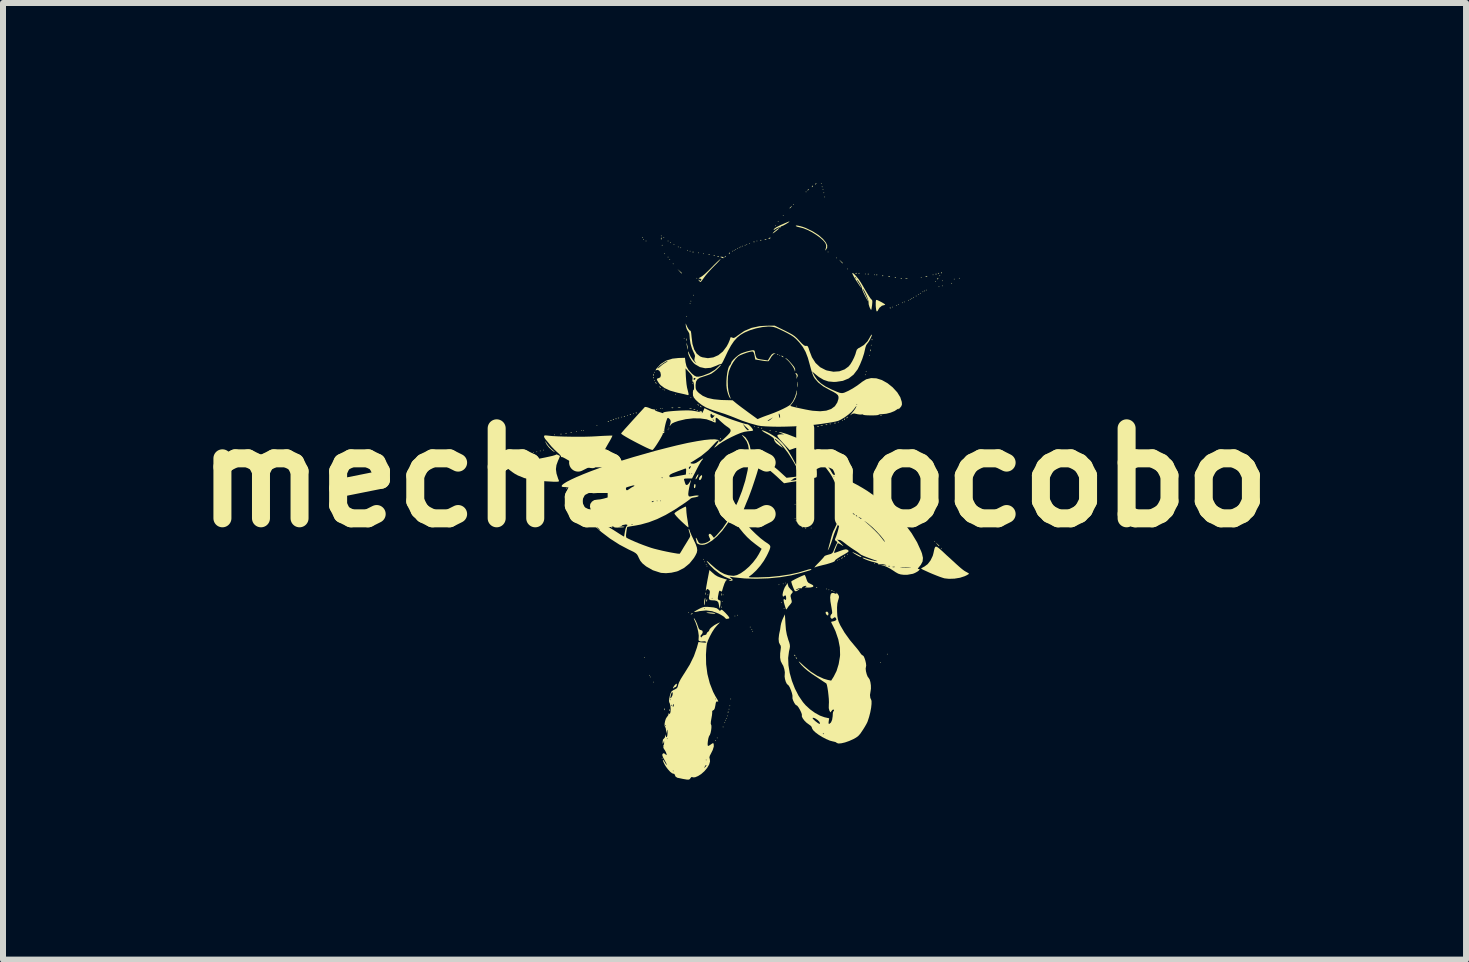
<source format=kicad_pcb>
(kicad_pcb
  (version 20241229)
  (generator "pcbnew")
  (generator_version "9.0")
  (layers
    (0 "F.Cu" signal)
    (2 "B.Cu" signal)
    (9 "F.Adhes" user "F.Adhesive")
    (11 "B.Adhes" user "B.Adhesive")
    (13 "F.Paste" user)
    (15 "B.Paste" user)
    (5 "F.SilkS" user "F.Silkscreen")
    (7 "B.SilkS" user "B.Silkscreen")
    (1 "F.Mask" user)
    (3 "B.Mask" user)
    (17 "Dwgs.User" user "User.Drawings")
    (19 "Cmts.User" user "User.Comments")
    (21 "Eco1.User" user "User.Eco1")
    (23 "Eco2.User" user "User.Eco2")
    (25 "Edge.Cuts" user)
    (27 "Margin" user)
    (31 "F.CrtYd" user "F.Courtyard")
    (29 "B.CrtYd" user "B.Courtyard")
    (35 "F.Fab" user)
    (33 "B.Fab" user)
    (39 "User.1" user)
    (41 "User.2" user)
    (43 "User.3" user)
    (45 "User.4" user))
  (footprint "mecha chocobo"
    (layer "F.Cu")
    (at 9.193 4.911)
    (property "Reference" "mecha chocobo" (at 0 0 0) (layer "F.SilkS") (effects (font (size 1.5 1.5) (thickness 0.3))))
    (attr board_only exclude_from_pos_files exclude_from_bom)
    (fp_poly (pts (xy -3.711 -0.318) (xy -3.718 -0.31) (xy -3.725 -0.318) (xy -3.718 -0.325)) (stroke (width 0) (type solid)) (fill yes) (layer "F.SilkS"))
    (fp_poly (pts (xy -3.584 -0.346) (xy -3.591 -0.339) (xy -3.598 -0.346) (xy -3.591 -0.353)) (stroke (width 0) (type solid)) (fill yes) (layer "F.SilkS"))
    (fp_poly (pts (xy -3.485 -0.374) (xy -3.493 -0.367) (xy -3.5 -0.374) (xy -3.493 -0.381)) (stroke (width 0) (type solid)) (fill yes) (layer "F.SilkS"))
    (fp_poly (pts (xy -3.387 -0.402) (xy -3.394 -0.395) (xy -3.401 -0.402) (xy -3.394 -0.409)) (stroke (width 0) (type solid)) (fill yes) (layer "F.SilkS"))
    (fp_poly (pts (xy -3.344 -0.416) (xy -3.351 -0.409) (xy -3.358 -0.416) (xy -3.351 -0.423)) (stroke (width 0) (type solid)) (fill yes) (layer "F.SilkS"))
    (fp_poly (pts (xy -3.288 -0.43) (xy -3.295 -0.423) (xy -3.302 -0.43) (xy -3.295 -0.437)) (stroke (width 0) (type solid)) (fill yes) (layer "F.SilkS"))
    (fp_poly (pts (xy -3.231 -0.445) (xy -3.239 -0.437) (xy -3.246 -0.445) (xy -3.239 -0.452)) (stroke (width 0) (type solid)) (fill yes) (layer "F.SilkS"))
    (fp_poly (pts (xy -3.175 -0.459) (xy -3.182 -0.452) (xy -3.189 -0.459) (xy -3.182 -0.466)) (stroke (width 0) (type solid)) (fill yes) (layer "F.SilkS"))
    (fp_poly (pts (xy -2.992 -0.713) (xy -2.999 -0.706) (xy -3.006 -0.713) (xy -2.999 -0.72)) (stroke (width 0) (type solid)) (fill yes) (layer "F.SilkS"))
    (fp_poly (pts (xy -2.794 0.176) (xy -2.801 0.183) (xy -2.808 0.176) (xy -2.801 0.169)) (stroke (width 0) (type solid)) (fill yes) (layer "F.SilkS"))
    (fp_poly (pts (xy -2.766 0.191) (xy -2.773 0.198) (xy -2.78 0.191) (xy -2.773 0.183)) (stroke (width 0) (type solid)) (fill yes) (layer "F.SilkS"))
    (fp_poly (pts (xy -2.723 0.205) (xy -2.731 0.212) (xy -2.738 0.205) (xy -2.731 0.198)) (stroke (width 0) (type solid)) (fill yes) (layer "F.SilkS"))
    (fp_poly (pts (xy -2.681 0.219) (xy -2.688 0.226) (xy -2.695 0.219) (xy -2.688 0.212)) (stroke (width 0) (type solid)) (fill yes) (layer "F.SilkS"))
    (fp_poly (pts (xy -2.625 -0.769) (xy -2.632 -0.762) (xy -2.639 -0.769) (xy -2.632 -0.776)) (stroke (width 0) (type solid)) (fill yes) (layer "F.SilkS"))
    (fp_poly (pts (xy -2.54 -0.783) (xy -2.547 -0.776) (xy -2.554 -0.783) (xy -2.547 -0.79)) (stroke (width 0) (type solid)) (fill yes) (layer "F.SilkS"))
    (fp_poly (pts (xy -2.512 -0.783) (xy -2.519 -0.776) (xy -2.526 -0.783) (xy -2.519 -0.79)) (stroke (width 0) (type solid)) (fill yes) (layer "F.SilkS"))
    (fp_poly (pts (xy -2.484 0.247) (xy -2.491 0.254) (xy -2.498 0.247) (xy -2.491 0.24)) (stroke (width 0) (type solid)) (fill yes) (layer "F.SilkS"))
    (fp_poly (pts (xy -2.286 -0.868) (xy -2.293 -0.861) (xy -2.3 -0.868) (xy -2.293 -0.875)) (stroke (width 0) (type solid)) (fill yes) (layer "F.SilkS"))
    (fp_poly (pts (xy -1.877 -1.009) (xy -1.884 -1.002) (xy -1.891 -1.009) (xy -1.884 -1.016)) (stroke (width 0) (type solid)) (fill yes) (layer "F.SilkS"))
    (fp_poly (pts (xy -1.778 -1.037) (xy -1.785 -1.03) (xy -1.792 -1.037) (xy -1.785 -1.044)) (stroke (width 0) (type solid)) (fill yes) (layer "F.SilkS"))
    (fp_poly (pts (xy -1.679 -1.065) (xy -1.686 -1.058) (xy -1.693 -1.065) (xy -1.686 -1.072)) (stroke (width 0) (type solid)) (fill yes) (layer "F.SilkS"))
    (fp_poly (pts (xy -1.524 -4) (xy -1.531 -3.993) (xy -1.538 -4) (xy -1.531 -4.008)) (stroke (width 0) (type solid)) (fill yes) (layer "F.SilkS"))
    (fp_poly (pts (xy -1.51 -3.972) (xy -1.517 -3.965) (xy -1.524 -3.972) (xy -1.517 -3.979)) (stroke (width 0) (type solid)) (fill yes) (layer "F.SilkS"))
    (fp_poly (pts (xy -1.496 2.999) (xy -1.503 3.006) (xy -1.51 2.999) (xy -1.503 2.992)) (stroke (width 0) (type solid)) (fill yes) (layer "F.SilkS"))
    (fp_poly (pts (xy -1.468 -3.944) (xy -1.475 -3.937) (xy -1.482 -3.944) (xy -1.475 -3.951)) (stroke (width 0) (type solid)) (fill yes) (layer "F.SilkS"))
    (fp_poly (pts (xy -1.411 3.295) (xy -1.418 3.302) (xy -1.425 3.295) (xy -1.418 3.288)) (stroke (width 0) (type solid)) (fill yes) (layer "F.SilkS"))
    (fp_poly (pts (xy -1.397 3.323) (xy -1.404 3.33) (xy -1.411 3.323) (xy -1.404 3.316)) (stroke (width 0) (type solid)) (fill yes) (layer "F.SilkS"))
    (fp_poly (pts (xy -1.341 3.408) (xy -1.348 3.415) (xy -1.355 3.408) (xy -1.348 3.401)) (stroke (width 0) (type solid)) (fill yes) (layer "F.SilkS"))
    (fp_poly (pts (xy -1.326 -1.757) (xy -1.333 -1.75) (xy -1.341 -1.757) (xy -1.333 -1.764)) (stroke (width 0) (type solid)) (fill yes) (layer "F.SilkS"))
    (fp_poly (pts (xy -1.326 -1.616) (xy -1.333 -1.609) (xy -1.341 -1.616) (xy -1.333 -1.623)) (stroke (width 0) (type solid)) (fill yes) (layer "F.SilkS"))
    (fp_poly (pts (xy -1.298 -1.136) (xy -1.305 -1.129) (xy -1.312 -1.136) (xy -1.305 -1.143)) (stroke (width 0) (type solid)) (fill yes) (layer "F.SilkS"))
    (fp_poly (pts (xy -1.228 -1.15) (xy -1.235 -1.143) (xy -1.242 -1.15) (xy -1.235 -1.157)) (stroke (width 0) (type solid)) (fill yes) (layer "F.SilkS"))
    (fp_poly (pts (xy -1.214 -4.029) (xy -1.221 -4.022) (xy -1.228 -4.029) (xy -1.221 -4.036)) (stroke (width 0) (type solid)) (fill yes) (layer "F.SilkS"))
    (fp_poly (pts (xy -1.199 -3.873) (xy -1.206 -3.866) (xy -1.214 -3.873) (xy -1.206 -3.881)) (stroke (width 0) (type solid)) (fill yes) (layer "F.SilkS"))
    (fp_poly (pts (xy -1.199 -1.15) (xy -1.206 -1.143) (xy -1.214 -1.15) (xy -1.206 -1.157)) (stroke (width 0) (type solid)) (fill yes) (layer "F.SilkS"))
    (fp_poly (pts (xy -1.199 4.678) (xy -1.206 4.685) (xy -1.214 4.678) (xy -1.206 4.671)) (stroke (width 0) (type solid)) (fill yes) (layer "F.SilkS"))
    (fp_poly (pts (xy -1.185 -1.475) (xy -1.192 -1.468) (xy -1.199 -1.475) (xy -1.192 -1.482)) (stroke (width 0) (type solid)) (fill yes) (layer "F.SilkS"))
    (fp_poly (pts (xy -1.171 -4) (xy -1.178 -3.993) (xy -1.185 -4) (xy -1.178 -4.008)) (stroke (width 0) (type solid)) (fill yes) (layer "F.SilkS"))
    (fp_poly (pts (xy -1.157 -3.732) (xy -1.164 -3.725) (xy -1.171 -3.732) (xy -1.164 -3.739)) (stroke (width 0) (type solid)) (fill yes) (layer "F.SilkS"))
    (fp_poly (pts (xy -1.157 -1.46) (xy -1.164 -1.453) (xy -1.171 -1.46) (xy -1.164 -1.468)) (stroke (width 0) (type solid)) (fill yes) (layer "F.SilkS"))
    (fp_poly (pts (xy -1.101 -3.944) (xy -1.108 -3.937) (xy -1.115 -3.944) (xy -1.108 -3.951)) (stroke (width 0) (type solid)) (fill yes) (layer "F.SilkS"))
    (fp_poly (pts (xy -1.101 -3.676) (xy -1.108 -3.669) (xy -1.115 -3.676) (xy -1.108 -3.683)) (stroke (width 0) (type solid)) (fill yes) (layer "F.SilkS"))
    (fp_poly (pts (xy -1.101 -0.797) (xy -1.108 -0.79) (xy -1.115 -0.797) (xy -1.108 -0.804)) (stroke (width 0) (type solid)) (fill yes) (layer "F.SilkS"))
    (fp_poly (pts (xy -1.087 -0.826) (xy -1.094 -0.818) (xy -1.101 -0.826) (xy -1.094 -0.833)) (stroke (width 0) (type solid)) (fill yes) (layer "F.SilkS"))
    (fp_poly (pts (xy -1.072 -3.634) (xy -1.079 -3.627) (xy -1.087 -3.634) (xy -1.079 -3.641)) (stroke (width 0) (type solid)) (fill yes) (layer "F.SilkS"))
    (fp_poly (pts (xy -1.058 -3.916) (xy -1.065 -3.909) (xy -1.072 -3.916) (xy -1.065 -3.923)) (stroke (width 0) (type solid)) (fill yes) (layer "F.SilkS"))
    (fp_poly (pts (xy -1.016 -3.563) (xy -1.023 -3.556) (xy -1.03 -3.563) (xy -1.023 -3.57)) (stroke (width 0) (type solid)) (fill yes) (layer "F.SilkS"))
    (fp_poly (pts (xy -1.002 -3.888) (xy -1.009 -3.881) (xy -1.016 -3.888) (xy -1.009 -3.895)) (stroke (width 0) (type solid)) (fill yes) (layer "F.SilkS"))
    (fp_poly (pts (xy -0.974 -1.39) (xy -0.981 -1.383) (xy -0.988 -1.39) (xy -0.981 -1.397)) (stroke (width 0) (type solid)) (fill yes) (layer "F.SilkS"))
    (fp_poly (pts (xy -0.931 -3.845) (xy -0.938 -3.838) (xy -0.945 -3.845) (xy -0.938 -3.852)) (stroke (width 0) (type solid)) (fill yes) (layer "F.SilkS"))
    (fp_poly (pts (xy -0.889 -3.831) (xy -0.896 -3.824) (xy -0.903 -3.831) (xy -0.896 -3.838)) (stroke (width 0) (type solid)) (fill yes) (layer "F.SilkS"))
    (fp_poly (pts (xy -0.833 -2.321) (xy -0.84 -2.314) (xy -0.847 -2.321) (xy -0.84 -2.328)) (stroke (width 0) (type solid)) (fill yes) (layer "F.SilkS"))
    (fp_poly (pts (xy -0.79 -2.688) (xy -0.797 -2.681) (xy -0.804 -2.688) (xy -0.797 -2.695)) (stroke (width 0) (type solid)) (fill yes) (layer "F.SilkS"))
    (fp_poly (pts (xy -0.776 -3.789) (xy -0.783 -3.782) (xy -0.79 -3.789) (xy -0.783 -3.796)) (stroke (width 0) (type solid)) (fill yes) (layer "F.SilkS"))
    (fp_poly (pts (xy -0.762 2.251) (xy -0.769 2.258) (xy -0.776 2.251) (xy -0.769 2.244)) (stroke (width 0) (type solid)) (fill yes) (layer "F.SilkS"))
    (fp_poly (pts (xy -0.734 -3.775) (xy -0.741 -3.768) (xy -0.748 -3.775) (xy -0.741 -3.782)) (stroke (width 0) (type solid)) (fill yes) (layer "F.SilkS"))
    (fp_poly (pts (xy -0.734 -2.9) (xy -0.741 -2.893) (xy -0.748 -2.9) (xy -0.741 -2.907)) (stroke (width 0) (type solid)) (fill yes) (layer "F.SilkS"))
    (fp_poly (pts (xy -0.72 -2.942) (xy -0.727 -2.935) (xy -0.734 -2.942) (xy -0.727 -2.949)) (stroke (width 0) (type solid)) (fill yes) (layer "F.SilkS"))
    (fp_poly (pts (xy -0.72 -1.333) (xy -0.727 -1.326) (xy -0.734 -1.333) (xy -0.727 -1.341)) (stroke (width 0) (type solid)) (fill yes) (layer "F.SilkS"))
    (fp_poly (pts (xy -0.691 -1.573) (xy -0.699 -1.566) (xy -0.706 -1.573) (xy -0.699 -1.58)) (stroke (width 0) (type solid)) (fill yes) (layer "F.SilkS"))
    (fp_poly (pts (xy -0.677 -3.041) (xy -0.684 -3.034) (xy -0.691 -3.041) (xy -0.684 -3.048)) (stroke (width 0) (type solid)) (fill yes) (layer "F.SilkS"))
    (fp_poly (pts (xy -0.621 -3.323) (xy -0.628 -3.316) (xy -0.635 -3.323) (xy -0.628 -3.33)) (stroke (width 0) (type solid)) (fill yes) (layer "F.SilkS"))
    (fp_poly (pts (xy -0.593 -3.747) (xy -0.6 -3.739) (xy -0.607 -3.747) (xy -0.6 -3.754)) (stroke (width 0) (type solid)) (fill yes) (layer "F.SilkS"))
    (fp_poly (pts (xy -0.508 -3.732) (xy -0.515 -3.725) (xy -0.522 -3.732) (xy -0.515 -3.739)) (stroke (width 0) (type solid)) (fill yes) (layer "F.SilkS"))
    (fp_poly (pts (xy -0.508 1.362) (xy -0.515 1.369) (xy -0.522 1.362) (xy -0.515 1.355)) (stroke (width 0) (type solid)) (fill yes) (layer "F.SilkS"))
    (fp_poly (pts (xy -0.494 1.404) (xy -0.501 1.411) (xy -0.508 1.404) (xy -0.501 1.397)) (stroke (width 0) (type solid)) (fill yes) (layer "F.SilkS"))
    (fp_poly (pts (xy -0.466 1.446) (xy -0.473 1.453) (xy -0.48 1.446) (xy -0.473 1.439)) (stroke (width 0) (type solid)) (fill yes) (layer "F.SilkS"))
    (fp_poly (pts (xy -0.452 1.475) (xy -0.459 1.482) (xy -0.466 1.475) (xy -0.459 1.468)) (stroke (width 0) (type solid)) (fill yes) (layer "F.SilkS"))
    (fp_poly (pts (xy -0.437 1.954) (xy -0.445 1.961) (xy -0.452 1.954) (xy -0.445 1.947)) (stroke (width 0) (type solid)) (fill yes) (layer "F.SilkS"))
    (fp_poly (pts (xy -0.31 4.381) (xy -0.318 4.389) (xy -0.325 4.381) (xy -0.318 4.374)) (stroke (width 0) (type solid)) (fill yes) (layer "F.SilkS"))
    (fp_poly (pts (xy -0.282 4.339) (xy -0.289 4.346) (xy -0.296 4.339) (xy -0.289 4.332)) (stroke (width 0) (type solid)) (fill yes) (layer "F.SilkS"))
    (fp_poly (pts (xy -0.198 2.067) (xy -0.205 2.074) (xy -0.212 2.067) (xy -0.205 2.06)) (stroke (width 0) (type solid)) (fill yes) (layer "F.SilkS"))
    (fp_poly (pts (xy -0.183 1.954) (xy -0.191 1.961) (xy -0.198 1.954) (xy -0.191 1.947)) (stroke (width 0) (type solid)) (fill yes) (layer "F.SilkS"))
    (fp_poly (pts (xy -0.183 4.156) (xy -0.191 4.163) (xy -0.198 4.156) (xy -0.191 4.149)) (stroke (width 0) (type solid)) (fill yes) (layer "F.SilkS"))
    (fp_poly (pts (xy -0.155 4.085) (xy -0.162 4.092) (xy -0.169 4.085) (xy -0.162 4.078)) (stroke (width 0) (type solid)) (fill yes) (layer "F.SilkS"))
    (fp_poly (pts (xy -0.141 4.043) (xy -0.148 4.05) (xy -0.155 4.043) (xy -0.148 4.036)) (stroke (width 0) (type solid)) (fill yes) (layer "F.SilkS"))
    (fp_poly (pts (xy -0.127 4.015) (xy -0.134 4.022) (xy -0.141 4.015) (xy -0.134 4.008)) (stroke (width 0) (type solid)) (fill yes) (layer "F.SilkS"))
    (fp_poly (pts (xy -0.113 3.972) (xy -0.12 3.979) (xy -0.127 3.972) (xy -0.12 3.965)) (stroke (width 0) (type solid)) (fill yes) (layer "F.SilkS"))
    (fp_poly (pts (xy -0.085 3.859) (xy -0.092 3.866) (xy -0.099 3.859) (xy -0.092 3.852)) (stroke (width 0) (type solid)) (fill yes) (layer "F.SilkS"))
    (fp_poly (pts (xy -0.071 3.803) (xy -0.078 3.81) (xy -0.085 3.803) (xy -0.078 3.796)) (stroke (width 0) (type solid)) (fill yes) (layer "F.SilkS"))
    (fp_poly (pts (xy -0.056 3.69) (xy -0.064 3.697) (xy -0.071 3.69) (xy -0.064 3.683)) (stroke (width 0) (type solid)) (fill yes) (layer "F.SilkS"))
    (fp_poly (pts (xy -0.028 -3.775) (xy -0.035 -3.768) (xy -0.042 -3.775) (xy -0.035 -3.782)) (stroke (width 0) (type solid)) (fill yes) (layer "F.SilkS"))
    (fp_poly (pts (xy 0 -3.789) (xy -0.007 -3.782) (xy -0.014 -3.789) (xy -0.007 -3.796)) (stroke (width 0) (type solid)) (fill yes) (layer "F.SilkS"))
    (fp_poly (pts (xy 0.014 2.307) (xy 0.007 2.314) (xy 0 2.307) (xy 0.007 2.3)) (stroke (width 0) (type solid)) (fill yes) (layer "F.SilkS"))
    (fp_poly (pts (xy 0.028 -3.803) (xy 0.021 -3.796) (xy 0.014 -3.803) (xy 0.021 -3.81)) (stroke (width 0) (type solid)) (fill yes) (layer "F.SilkS"))
    (fp_poly (pts (xy 0.056 -3.817) (xy 0.049 -3.81) (xy 0.042 -3.817) (xy 0.049 -3.824)) (stroke (width 0) (type solid)) (fill yes) (layer "F.SilkS"))
    (fp_poly (pts (xy 0.056 2.293) (xy 0.049 2.3) (xy 0.042 2.293) (xy 0.049 2.286)) (stroke (width 0) (type solid)) (fill yes) (layer "F.SilkS"))
    (fp_poly (pts (xy 0.085 -3.831) (xy 0.078 -3.824) (xy 0.071 -3.831) (xy 0.078 -3.838)) (stroke (width 0) (type solid)) (fill yes) (layer "F.SilkS"))
    (fp_poly (pts (xy 0.113 -3.845) (xy 0.106 -3.838) (xy 0.099 -3.845) (xy 0.106 -3.852)) (stroke (width 0) (type solid)) (fill yes) (layer "F.SilkS"))
    (fp_poly (pts (xy 0.141 -3.859) (xy 0.134 -3.852) (xy 0.127 -3.859) (xy 0.134 -3.866)) (stroke (width 0) (type solid)) (fill yes) (layer "F.SilkS"))
    (fp_poly (pts (xy 0.183 -3.873) (xy 0.176 -3.866) (xy 0.169 -3.873) (xy 0.176 -3.881)) (stroke (width 0) (type solid)) (fill yes) (layer "F.SilkS"))
    (fp_poly (pts (xy 0.212 -3.888) (xy 0.205 -3.881) (xy 0.198 -3.888) (xy 0.205 -3.895)) (stroke (width 0) (type solid)) (fill yes) (layer "F.SilkS"))
    (fp_poly (pts (xy 0.254 -3.902) (xy 0.247 -3.895) (xy 0.24 -3.902) (xy 0.247 -3.909)) (stroke (width 0) (type solid)) (fill yes) (layer "F.SilkS"))
    (fp_poly (pts (xy 0.268 2.491) (xy 0.261 2.498) (xy 0.254 2.491) (xy 0.261 2.484)) (stroke (width 0) (type solid)) (fill yes) (layer "F.SilkS"))
    (fp_poly (pts (xy 0.296 2.533) (xy 0.289 2.54) (xy 0.282 2.533) (xy 0.289 2.526)) (stroke (width 0) (type solid)) (fill yes) (layer "F.SilkS"))
    (fp_poly (pts (xy 0.31 2.561) (xy 0.303 2.568) (xy 0.296 2.561) (xy 0.303 2.554)) (stroke (width 0) (type solid)) (fill yes) (layer "F.SilkS"))
    (fp_poly (pts (xy 0.339 -0.854) (xy 0.332 -0.847) (xy 0.325 -0.854) (xy 0.332 -0.861)) (stroke (width 0) (type solid)) (fill yes) (layer "F.SilkS"))
    (fp_poly (pts (xy 0.381 -3.944) (xy 0.374 -3.937) (xy 0.367 -3.944) (xy 0.374 -3.951)) (stroke (width 0) (type solid)) (fill yes) (layer "F.SilkS"))
    (fp_poly (pts (xy 0.691 -4.198) (xy 0.684 -4.191) (xy 0.677 -4.198) (xy 0.684 -4.205)) (stroke (width 0) (type solid)) (fill yes) (layer "F.SilkS"))
    (fp_poly (pts (xy 0.734 -4.269) (xy 0.727 -4.262) (xy 0.72 -4.269) (xy 0.727 -4.276)) (stroke (width 0) (type solid)) (fill yes) (layer "F.SilkS"))
    (fp_poly (pts (xy 0.748 1.785) (xy 0.741 1.792) (xy 0.734 1.785) (xy 0.741 1.778)) (stroke (width 0) (type solid)) (fill yes) (layer "F.SilkS"))
    (fp_poly (pts (xy 0.762 -2.039) (xy 0.755 -2.032) (xy 0.748 -2.039) (xy 0.755 -2.046)) (stroke (width 0) (type solid)) (fill yes) (layer "F.SilkS"))
    (fp_poly (pts (xy 0.79 2.081) (xy 0.783 2.088) (xy 0.776 2.081) (xy 0.783 2.074)) (stroke (width 0) (type solid)) (fill yes) (layer "F.SilkS"))
    (fp_poly (pts (xy 0.818 -4.367) (xy 0.811 -4.36) (xy 0.804 -4.367) (xy 0.811 -4.374)) (stroke (width 0) (type solid)) (fill yes) (layer "F.SilkS"))
    (fp_poly (pts (xy 0.818 1.771) (xy 0.811 1.778) (xy 0.804 1.771) (xy 0.811 1.764)) (stroke (width 0) (type solid)) (fill yes) (layer "F.SilkS"))
    (fp_poly (pts (xy 0.833 2.18) (xy 0.826 2.187) (xy 0.818 2.18) (xy 0.826 2.173)) (stroke (width 0) (type solid)) (fill yes) (layer "F.SilkS"))
    (fp_poly (pts (xy 0.861 1.757) (xy 0.854 1.764) (xy 0.847 1.757) (xy 0.854 1.75)) (stroke (width 0) (type solid)) (fill yes) (layer "F.SilkS"))
    (fp_poly (pts (xy 0.988 -4.551) (xy 0.981 -4.544) (xy 0.974 -4.551) (xy 0.981 -4.558)) (stroke (width 0) (type solid)) (fill yes) (layer "F.SilkS"))
    (fp_poly (pts (xy 1.016 0.445) (xy 1.009 0.452) (xy 1.002 0.445) (xy 1.009 0.437)) (stroke (width 0) (type solid)) (fill yes) (layer "F.SilkS"))
    (fp_poly (pts (xy 1.016 0.684) (xy 1.009 0.691) (xy 1.002 0.684) (xy 1.009 0.677)) (stroke (width 0) (type solid)) (fill yes) (layer "F.SilkS"))
    (fp_poly (pts (xy 1.044 -1.192) (xy 1.037 -1.185) (xy 1.03 -1.192) (xy 1.037 -1.199)) (stroke (width 0) (type solid)) (fill yes) (layer "F.SilkS"))
    (fp_poly (pts (xy 1.044 0.388) (xy 1.037 0.395) (xy 1.03 0.388) (xy 1.037 0.381)) (stroke (width 0) (type solid)) (fill yes) (layer "F.SilkS"))
    (fp_poly (pts (xy 1.143 0.289) (xy 1.136 0.296) (xy 1.129 0.289) (xy 1.136 0.282)) (stroke (width 0) (type solid)) (fill yes) (layer "F.SilkS"))
    (fp_poly (pts (xy 1.199 -4.763) (xy 1.192 -4.755) (xy 1.185 -4.763) (xy 1.192 -4.77)) (stroke (width 0) (type solid)) (fill yes) (layer "F.SilkS"))
    (fp_poly (pts (xy 1.284 0.84) (xy 1.277 0.847) (xy 1.27 0.84) (xy 1.277 0.833)) (stroke (width 0) (type solid)) (fill yes) (layer "F.SilkS"))
    (fp_poly (pts (xy 1.453 -4.904) (xy 1.446 -4.897) (xy 1.439 -4.904) (xy 1.446 -4.911)) (stroke (width 0) (type solid)) (fill yes) (layer "F.SilkS"))
    (fp_poly (pts (xy 1.468 -4.847) (xy 1.46 -4.84) (xy 1.453 -4.847) (xy 1.46 -4.854)) (stroke (width 0) (type solid)) (fill yes) (layer "F.SilkS"))
    (fp_poly (pts (xy 1.482 -4.805) (xy 1.475 -4.798) (xy 1.468 -4.805) (xy 1.475 -4.812)) (stroke (width 0) (type solid)) (fill yes) (layer "F.SilkS"))
    (fp_poly (pts (xy 1.496 -4.748) (xy 1.489 -4.741) (xy 1.482 -4.748) (xy 1.489 -4.755)) (stroke (width 0) (type solid)) (fill yes) (layer "F.SilkS"))
    (fp_poly (pts (xy 1.51 -4.678) (xy 1.503 -4.671) (xy 1.496 -4.678) (xy 1.503 -4.685)) (stroke (width 0) (type solid)) (fill yes) (layer "F.SilkS"))
    (fp_poly (pts (xy 1.538 1.856) (xy 1.531 1.863) (xy 1.524 1.856) (xy 1.531 1.849)) (stroke (width 0) (type solid)) (fill yes) (layer "F.SilkS"))
    (fp_poly (pts (xy 1.566 -3.761) (xy 1.559 -3.754) (xy 1.552 -3.761) (xy 1.559 -3.768)) (stroke (width 0) (type solid)) (fill yes) (layer "F.SilkS"))
    (fp_poly (pts (xy 1.58 1.87) (xy 1.573 1.877) (xy 1.566 1.87) (xy 1.573 1.863)) (stroke (width 0) (type solid)) (fill yes) (layer "F.SilkS"))
    (fp_poly (pts (xy 1.665 1.898) (xy 1.658 1.905) (xy 1.651 1.898) (xy 1.658 1.891)) (stroke (width 0) (type solid)) (fill yes) (layer "F.SilkS"))
    (fp_poly (pts (xy 1.707 -3.662) (xy 1.7 -3.655) (xy 1.693 -3.662) (xy 1.7 -3.669)) (stroke (width 0) (type solid)) (fill yes) (layer "F.SilkS"))
    (fp_poly (pts (xy 1.722 1.376) (xy 1.714 1.383) (xy 1.707 1.376) (xy 1.714 1.369)) (stroke (width 0) (type solid)) (fill yes) (layer "F.SilkS"))
    (fp_poly (pts (xy 1.736 -0.924) (xy 1.729 -0.917) (xy 1.722 -0.924) (xy 1.729 -0.931)) (stroke (width 0) (type solid)) (fill yes) (layer "F.SilkS"))
    (fp_poly (pts (xy 1.75 1.362) (xy 1.743 1.369) (xy 1.736 1.362) (xy 1.743 1.355)) (stroke (width 0) (type solid)) (fill yes) (layer "F.SilkS"))
    (fp_poly (pts (xy 1.806 -0.953) (xy 1.799 -0.945) (xy 1.792 -0.953) (xy 1.799 -0.96)) (stroke (width 0) (type solid)) (fill yes) (layer "F.SilkS"))
    (fp_poly (pts (xy 1.891 -3.478) (xy 1.884 -3.471) (xy 1.877 -3.478) (xy 1.884 -3.485)) (stroke (width 0) (type solid)) (fill yes) (layer "F.SilkS"))
    (fp_poly (pts (xy 1.891 1.277) (xy 1.884 1.284) (xy 1.877 1.277) (xy 1.884 1.27)) (stroke (width 0) (type solid)) (fill yes) (layer "F.SilkS"))
    (fp_poly (pts (xy 2.187 -3.394) (xy 2.18 -3.387) (xy 2.173 -3.394) (xy 2.18 -3.401)) (stroke (width 0) (type solid)) (fill yes) (layer "F.SilkS"))
    (fp_poly (pts (xy 2.187 -1.714) (xy 2.18 -1.707) (xy 2.173 -1.714) (xy 2.18 -1.722)) (stroke (width 0) (type solid)) (fill yes) (layer "F.SilkS"))
    (fp_poly (pts (xy 2.201 -1.771) (xy 2.194 -1.764) (xy 2.187 -1.771) (xy 2.194 -1.778)) (stroke (width 0) (type solid)) (fill yes) (layer "F.SilkS"))
    (fp_poly (pts (xy 2.258 -2.039) (xy 2.251 -2.032) (xy 2.244 -2.039) (xy 2.251 -2.046)) (stroke (width 0) (type solid)) (fill yes) (layer "F.SilkS"))
    (fp_poly (pts (xy 2.286 -2.208) (xy 2.279 -2.201) (xy 2.272 -2.208) (xy 2.279 -2.215)) (stroke (width 0) (type solid)) (fill yes) (layer "F.SilkS"))
    (fp_poly (pts (xy 2.342 -3.38) (xy 2.335 -3.373) (xy 2.328 -3.38) (xy 2.335 -3.387)) (stroke (width 0) (type solid)) (fill yes) (layer "F.SilkS"))
    (fp_poly (pts (xy 2.342 1.432) (xy 2.335 1.439) (xy 2.328 1.432) (xy 2.335 1.425)) (stroke (width 0) (type solid)) (fill yes) (layer "F.SilkS"))
    (fp_poly (pts (xy 2.441 3.083) (xy 2.434 3.09) (xy 2.427 3.083) (xy 2.434 3.076)) (stroke (width 0) (type solid)) (fill yes) (layer "F.SilkS"))
    (fp_poly (pts (xy 2.554 2.942) (xy 2.547 2.949) (xy 2.54 2.942) (xy 2.547 2.935)) (stroke (width 0) (type solid)) (fill yes) (layer "F.SilkS"))
    (fp_poly (pts (xy 2.639 -2.843) (xy 2.632 -2.836) (xy 2.625 -2.843) (xy 2.632 -2.85)) (stroke (width 0) (type solid)) (fill yes) (layer "F.SilkS"))
    (fp_poly (pts (xy 2.709 -2.872) (xy 2.702 -2.865) (xy 2.695 -2.872) (xy 2.702 -2.879)) (stroke (width 0) (type solid)) (fill yes) (layer "F.SilkS"))
    (fp_poly (pts (xy 2.738 -2.886) (xy 2.731 -2.879) (xy 2.723 -2.886) (xy 2.731 -2.893)) (stroke (width 0) (type solid)) (fill yes) (layer "F.SilkS"))
    (fp_poly (pts (xy 2.808 -2.914) (xy 2.801 -2.907) (xy 2.794 -2.914) (xy 2.801 -2.921)) (stroke (width 0) (type solid)) (fill yes) (layer "F.SilkS"))
    (fp_poly (pts (xy 2.836 -2.928) (xy 2.829 -2.921) (xy 2.822 -2.928) (xy 2.829 -2.935)) (stroke (width 0) (type solid)) (fill yes) (layer "F.SilkS"))
    (fp_poly (pts (xy 2.907 -2.956) (xy 2.9 -2.949) (xy 2.893 -2.956) (xy 2.9 -2.963)) (stroke (width 0) (type solid)) (fill yes) (layer "F.SilkS"))
    (fp_poly (pts (xy 2.935 -2.97) (xy 2.928 -2.963) (xy 2.921 -2.97) (xy 2.928 -2.977)) (stroke (width 0) (type solid)) (fill yes) (layer "F.SilkS"))
    (fp_poly (pts (xy 2.963 -2.985) (xy 2.956 -2.977) (xy 2.949 -2.985) (xy 2.956 -2.992)) (stroke (width 0) (type solid)) (fill yes) (layer "F.SilkS"))
    (fp_poly (pts (xy 2.992 -2.999) (xy 2.985 -2.992) (xy 2.977 -2.999) (xy 2.985 -3.006)) (stroke (width 0) (type solid)) (fill yes) (layer "F.SilkS"))
    (fp_poly (pts (xy 3.034 -3.027) (xy 3.027 -3.02) (xy 3.02 -3.027) (xy 3.027 -3.034)) (stroke (width 0) (type solid)) (fill yes) (layer "F.SilkS"))
    (fp_poly (pts (xy 3.076 -3.055) (xy 3.069 -3.048) (xy 3.062 -3.055) (xy 3.069 -3.062)) (stroke (width 0) (type solid)) (fill yes) (layer "F.SilkS"))
    (fp_poly (pts (xy 3.104 -3.069) (xy 3.097 -3.062) (xy 3.09 -3.069) (xy 3.097 -3.076)) (stroke (width 0) (type solid)) (fill yes) (layer "F.SilkS"))
    (fp_poly (pts (xy 3.119 -3.337) (xy 3.111 -3.33) (xy 3.104 -3.337) (xy 3.111 -3.344)) (stroke (width 0) (type solid)) (fill yes) (layer "F.SilkS"))
    (fp_poly (pts (xy 3.147 -3.097) (xy 3.14 -3.09) (xy 3.133 -3.097) (xy 3.14 -3.104)) (stroke (width 0) (type solid)) (fill yes) (layer "F.SilkS"))
    (fp_poly (pts (xy 3.175 -3.111) (xy 3.168 -3.104) (xy 3.161 -3.111) (xy 3.168 -3.119)) (stroke (width 0) (type solid)) (fill yes) (layer "F.SilkS"))
    (fp_poly (pts (xy 3.203 -3.126) (xy 3.196 -3.119) (xy 3.189 -3.126) (xy 3.196 -3.133)) (stroke (width 0) (type solid)) (fill yes) (layer "F.SilkS"))
    (fp_poly (pts (xy 3.316 -3.38) (xy 3.309 -3.373) (xy 3.302 -3.38) (xy 3.309 -3.387)) (stroke (width 0) (type solid)) (fill yes) (layer "F.SilkS"))
    (fp_poly (pts (xy 3.344 1.065) (xy 3.337 1.072) (xy 3.33 1.065) (xy 3.337 1.058)) (stroke (width 0) (type solid)) (fill yes) (layer "F.SilkS"))
    (fp_poly (pts (xy 3.358 -3.267) (xy 3.351 -3.26) (xy 3.344 -3.267) (xy 3.351 -3.274)) (stroke (width 0) (type solid)) (fill yes) (layer "F.SilkS"))
    (fp_poly (pts (xy 3.415 -3.182) (xy 3.408 -3.175) (xy 3.401 -3.182) (xy 3.408 -3.189)) (stroke (width 0) (type solid)) (fill yes) (layer "F.SilkS"))
    (fp_poly (pts (xy 3.429 -3.365) (xy 3.422 -3.358) (xy 3.415 -3.365) (xy 3.422 -3.373)) (stroke (width 0) (type solid)) (fill yes) (layer "F.SilkS"))
    (fp_poly (pts (xy 3.457 1.178) (xy 3.45 1.185) (xy 3.443 1.178) (xy 3.45 1.171)) (stroke (width 0) (type solid)) (fill yes) (layer "F.SilkS"))
    (fp_poly (pts (xy 3.471 -3.281) (xy 3.464 -3.274) (xy 3.457 -3.281) (xy 3.464 -3.288)) (stroke (width 0) (type solid)) (fill yes) (layer "F.SilkS"))
    (fp_poly (pts (xy 3.471 -3.196) (xy 3.464 -3.189) (xy 3.457 -3.196) (xy 3.464 -3.203)) (stroke (width 0) (type solid)) (fill yes) (layer "F.SilkS"))
    (fp_poly (pts (xy 3.627 -3.239) (xy 3.619 -3.231) (xy 3.612 -3.239) (xy 3.619 -3.246)) (stroke (width 0) (type solid)) (fill yes) (layer "F.SilkS"))
    (fp_poly (pts (xy 3.669 -3.309) (xy 3.662 -3.302) (xy 3.655 -3.309) (xy 3.662 -3.316)) (stroke (width 0) (type solid)) (fill yes) (layer "F.SilkS"))
    (fp_poly (pts (xy 3.754 -3.323) (xy 3.747 -3.316) (xy 3.739 -3.323) (xy 3.747 -3.33)) (stroke (width 0) (type solid)) (fill yes) (layer "F.SilkS"))
    (fp_poly (pts (xy -3.645 -0.334) (xy -3.647 -0.326) (xy -3.655 -0.325) (xy -3.666 -0.33) (xy -3.664 -0.334) (xy -3.647 -0.336)) (stroke (width 0) (type solid)) (fill yes) (layer "F.SilkS"))
    (fp_poly (pts (xy -3.532 -0.362) (xy -3.534 -0.354) (xy -3.542 -0.353) (xy -3.554 -0.358) (xy -3.551 -0.362) (xy -3.535 -0.364)) (stroke (width 0) (type solid)) (fill yes) (layer "F.SilkS"))
    (fp_poly (pts (xy -3.434 -0.39) (xy -3.436 -0.382) (xy -3.443 -0.381) (xy -3.455 -0.386) (xy -3.453 -0.39) (xy -3.436 -0.392)) (stroke (width 0) (type solid)) (fill yes) (layer "F.SilkS"))
    (fp_poly (pts (xy -2.883 -0.729) (xy -2.885 -0.721) (xy -2.893 -0.72) (xy -2.904 -0.725) (xy -2.902 -0.729) (xy -2.885 -0.731)) (stroke (width 0) (type solid)) (fill yes) (layer "F.SilkS"))
    (fp_poly (pts (xy -2.799 -0.743) (xy -2.801 -0.735) (xy -2.808 -0.734) (xy -2.82 -0.739) (xy -2.818 -0.743) (xy -2.801 -0.745)) (stroke (width 0) (type solid)) (fill yes) (layer "F.SilkS"))
    (fp_poly (pts (xy -2.714 -0.757) (xy -2.716 -0.749) (xy -2.723 -0.748) (xy -2.735 -0.753) (xy -2.733 -0.757) (xy -2.716 -0.759)) (stroke (width 0) (type solid)) (fill yes) (layer "F.SilkS"))
    (fp_poly (pts (xy -2.629 0.23) (xy -2.631 0.239) (xy -2.639 0.24) (xy -2.65 0.235) (xy -2.648 0.23) (xy -2.631 0.229)) (stroke (width 0) (type solid)) (fill yes) (layer "F.SilkS"))
    (fp_poly (pts (xy -2.558 0.245) (xy -2.562 0.252) (xy -2.576 0.253) (xy -2.592 0.249) (xy -2.585 0.244) (xy -2.563 0.243)) (stroke (width 0) (type solid)) (fill yes) (layer "F.SilkS"))
    (fp_poly (pts (xy -2.093 -0.941) (xy -2.095 -0.932) (xy -2.103 -0.931) (xy -2.114 -0.936) (xy -2.112 -0.941) (xy -2.095 -0.942)) (stroke (width 0) (type solid)) (fill yes) (layer "F.SilkS"))
    (fp_poly (pts (xy -2.051 -0.955) (xy -2.053 -0.946) (xy -2.06 -0.945) (xy -2.072 -0.951) (xy -2.07 -0.955) (xy -2.053 -0.957)) (stroke (width 0) (type solid)) (fill yes) (layer "F.SilkS"))
    (fp_poly (pts (xy -2.037 0.823) (xy -2.039 0.832) (xy -2.046 0.833) (xy -2.058 0.827) (xy -2.056 0.823) (xy -2.039 0.821)) (stroke (width 0) (type solid)) (fill yes) (layer "F.SilkS"))
    (fp_poly (pts (xy -2.008 -0.969) (xy -2.01 -0.961) (xy -2.018 -0.96) (xy -2.03 -0.965) (xy -2.027 -0.969) (xy -2.011 -0.971)) (stroke (width 0) (type solid)) (fill yes) (layer "F.SilkS"))
    (fp_poly (pts (xy -1.966 -0.983) (xy -1.968 -0.975) (xy -1.976 -0.974) (xy -1.987 -0.979) (xy -1.985 -0.983) (xy -1.968 -0.985)) (stroke (width 0) (type solid)) (fill yes) (layer "F.SilkS"))
    (fp_poly (pts (xy -1.924 -0.997) (xy -1.926 -0.989) (xy -1.933 -0.988) (xy -1.945 -0.993) (xy -1.943 -0.997) (xy -1.926 -0.999)) (stroke (width 0) (type solid)) (fill yes) (layer "F.SilkS"))
    (fp_poly (pts (xy -1.825 -1.025) (xy -1.827 -1.017) (xy -1.834 -1.016) (xy -1.846 -1.021) (xy -1.844 -1.025) (xy -1.827 -1.027)) (stroke (width 0) (type solid)) (fill yes) (layer "F.SilkS"))
    (fp_poly (pts (xy -1.726 -1.054) (xy -1.728 -1.045) (xy -1.736 -1.044) (xy -1.747 -1.049) (xy -1.745 -1.054) (xy -1.728 -1.055)) (stroke (width 0) (type solid)) (fill yes) (layer "F.SilkS"))
    (fp_poly (pts (xy -1.627 -1.082) (xy -1.629 -1.073) (xy -1.637 -1.072) (xy -1.649 -1.078) (xy -1.646 -1.082) (xy -1.63 -1.084)) (stroke (width 0) (type solid)) (fill yes) (layer "F.SilkS"))
    (fp_poly (pts (xy -1.345 -1.675) (xy -1.344 -1.658) (xy -1.345 -1.656) (xy -1.354 -1.658) (xy -1.355 -1.665) (xy -1.35 -1.677)) (stroke (width 0) (type solid)) (fill yes) (layer "F.SilkS"))
    (fp_poly (pts (xy -1.345 -1.724) (xy -1.343 -1.702) (xy -1.346 -1.697) (xy -1.353 -1.701) (xy -1.354 -1.716) (xy -1.35 -1.731)) (stroke (width 0) (type solid)) (fill yes) (layer "F.SilkS"))
    (fp_poly (pts (xy -1.218 -3.996) (xy -1.216 -3.974) (xy -1.219 -3.969) (xy -1.226 -3.973) (xy -1.227 -3.988) (xy -1.223 -4.003)) (stroke (width 0) (type solid)) (fill yes) (layer "F.SilkS"))
    (fp_poly (pts (xy -1.162 3.85) (xy -1.16 3.872) (xy -1.163 3.877) (xy -1.169 3.873) (xy -1.17 3.858) (xy -1.167 3.843)) (stroke (width 0) (type solid)) (fill yes) (layer "F.SilkS"))
    (fp_poly (pts (xy -1.077 3.864) (xy -1.075 3.886) (xy -1.078 3.891) (xy -1.084 3.887) (xy -1.085 3.872) (xy -1.082 3.857)) (stroke (width 0) (type solid)) (fill yes) (layer "F.SilkS"))
    (fp_poly (pts (xy -1.02 -1.166) (xy -1.024 -1.159) (xy -1.038 -1.158) (xy -1.053 -1.162) (xy -1.047 -1.167) (xy -1.025 -1.168)) (stroke (width 0) (type solid)) (fill yes) (layer "F.SilkS"))
    (fp_poly (pts (xy -0.795 -2.318) (xy -0.793 -2.289) (xy -0.795 -2.282) (xy -0.8 -2.281) (xy -0.802 -2.3) (xy -0.8 -2.32)) (stroke (width 0) (type solid)) (fill yes) (layer "F.SilkS"))
    (fp_poly (pts (xy -0.716 -1.152) (xy -0.714 -1.147) (xy -0.734 -1.145) (xy -0.754 -1.147) (xy -0.751 -1.152) (xy -0.723 -1.154)) (stroke (width 0) (type solid)) (fill yes) (layer "F.SilkS"))
    (fp_poly (pts (xy -0.682 -3.763) (xy -0.684 -3.755) (xy -0.691 -3.754) (xy -0.703 -3.759) (xy -0.701 -3.763) (xy -0.684 -3.765)) (stroke (width 0) (type solid)) (fill yes) (layer "F.SilkS"))
    (fp_poly (pts (xy -0.653 -1.137) (xy -0.657 -1.131) (xy -0.671 -1.13) (xy -0.687 -1.133) (xy -0.68 -1.139) (xy -0.658 -1.14)) (stroke (width 0) (type solid)) (fill yes) (layer "F.SilkS"))
    (fp_poly (pts (xy -0.611 -1.124) (xy -0.613 -1.116) (xy -0.621 -1.115) (xy -0.633 -1.12) (xy -0.63 -1.124) (xy -0.614 -1.126)) (stroke (width 0) (type solid)) (fill yes) (layer "F.SilkS"))
    (fp_poly (pts (xy -0.485 1.916) (xy -0.483 1.944) (xy -0.485 1.951) (xy -0.49 1.953) (xy -0.492 1.933) (xy -0.489 1.913)) (stroke (width 0) (type solid)) (fill yes) (layer "F.SilkS"))
    (fp_poly (pts (xy -0.414 -3.721) (xy -0.416 -3.712) (xy -0.423 -3.711) (xy -0.435 -3.716) (xy -0.433 -3.721) (xy -0.416 -3.722)) (stroke (width 0) (type solid)) (fill yes) (layer "F.SilkS"))
    (fp_poly (pts (xy -0.329 -3.707) (xy -0.331 -3.698) (xy -0.339 -3.697) (xy -0.35 -3.702) (xy -0.348 -3.707) (xy -0.331 -3.708)) (stroke (width 0) (type solid)) (fill yes) (layer "F.SilkS"))
    (fp_poly (pts (xy -0.258 -3.692) (xy -0.262 -3.685) (xy -0.276 -3.684) (xy -0.291 -3.688) (xy -0.285 -3.693) (xy -0.263 -3.694)) (stroke (width 0) (type solid)) (fill yes) (layer "F.SilkS"))
    (fp_poly (pts (xy -0.23 -0.659) (xy -0.229 -0.642) (xy -0.23 -0.64) (xy -0.239 -0.642) (xy -0.24 -0.649) (xy -0.235 -0.661)) (stroke (width 0) (type solid)) (fill yes) (layer "F.SilkS"))
    (fp_poly (pts (xy -0.216 1.93) (xy -0.215 1.959) (xy -0.216 1.965) (xy -0.222 1.967) (xy -0.224 1.947) (xy -0.221 1.927)) (stroke (width 0) (type solid)) (fill yes) (layer "F.SilkS"))
    (fp_poly (pts (xy -0.216 2.15) (xy -0.215 2.166) (xy -0.216 2.168) (xy -0.225 2.166) (xy -0.226 2.159) (xy -0.221 2.147)) (stroke (width 0) (type solid)) (fill yes) (layer "F.SilkS"))
    (fp_poly (pts (xy -0.103 3.899) (xy -0.102 3.916) (xy -0.103 3.918) (xy -0.112 3.916) (xy -0.113 3.909) (xy -0.108 3.897)) (stroke (width 0) (type solid)) (fill yes) (layer "F.SilkS"))
    (fp_poly (pts (xy 0.334 -3.932) (xy 0.332 -3.924) (xy 0.325 -3.923) (xy 0.313 -3.928) (xy 0.315 -3.932) (xy 0.332 -3.934)) (stroke (width 0) (type solid)) (fill yes) (layer "F.SilkS"))
    (fp_poly (pts (xy 0.405 -0.842) (xy 0.403 -0.834) (xy 0.395 -0.833) (xy 0.383 -0.838) (xy 0.386 -0.842) (xy 0.402 -0.844)) (stroke (width 0) (type solid)) (fill yes) (layer "F.SilkS"))
    (fp_poly (pts (xy 0.447 -3.961) (xy 0.445 -3.952) (xy 0.437 -3.951) (xy 0.426 -3.956) (xy 0.428 -3.961) (xy 0.445 -3.962)) (stroke (width 0) (type solid)) (fill yes) (layer "F.SilkS"))
    (fp_poly (pts (xy 0.461 -0.828) (xy 0.459 -0.819) (xy 0.452 -0.818) (xy 0.44 -0.824) (xy 0.442 -0.828) (xy 0.459 -0.83)) (stroke (width 0) (type solid)) (fill yes) (layer "F.SilkS"))
    (fp_poly (pts (xy 0.532 -3.974) (xy 0.528 -3.967) (xy 0.514 -3.966) (xy 0.499 -3.97) (xy 0.505 -3.975) (xy 0.527 -3.977)) (stroke (width 0) (type solid)) (fill yes) (layer "F.SilkS"))
    (fp_poly (pts (xy 0.602 -0.786) (xy 0.6 -0.777) (xy 0.593 -0.776) (xy 0.581 -0.781) (xy 0.583 -0.786) (xy 0.6 -0.787)) (stroke (width 0) (type solid)) (fill yes) (layer "F.SilkS"))
    (fp_poly (pts (xy 0.701 -0.771) (xy 0.699 -0.763) (xy 0.691 -0.762) (xy 0.68 -0.767) (xy 0.682 -0.771) (xy 0.699 -0.773)) (stroke (width 0) (type solid)) (fill yes) (layer "F.SilkS"))
    (fp_poly (pts (xy 0.729 -2.056) (xy 0.727 -2.047) (xy 0.72 -2.046) (xy 0.708 -2.051) (xy 0.71 -2.056) (xy 0.727 -2.057)) (stroke (width 0) (type solid)) (fill yes) (layer "F.SilkS"))
    (fp_poly (pts (xy 1.195 0.837) (xy 1.193 0.846) (xy 1.185 0.847) (xy 1.174 0.842) (xy 1.176 0.837) (xy 1.193 0.836)) (stroke (width 0) (type solid)) (fill yes) (layer "F.SilkS"))
    (fp_poly (pts (xy 1.238 -0.827) (xy 1.234 -0.821) (xy 1.219 -0.82) (xy 1.204 -0.823) (xy 1.211 -0.828) (xy 1.233 -0.83)) (stroke (width 0) (type solid)) (fill yes) (layer "F.SilkS"))
    (fp_poly (pts (xy 1.322 -0.842) (xy 1.32 -0.834) (xy 1.312 -0.833) (xy 1.301 -0.838) (xy 1.303 -0.842) (xy 1.32 -0.844)) (stroke (width 0) (type solid)) (fill yes) (layer "F.SilkS"))
    (fp_poly (pts (xy 1.378 1.825) (xy 1.376 1.833) (xy 1.369 1.834) (xy 1.357 1.829) (xy 1.359 1.825) (xy 1.376 1.823)) (stroke (width 0) (type solid)) (fill yes) (layer "F.SilkS"))
    (fp_poly (pts (xy 1.407 -0.855) (xy 1.403 -0.849) (xy 1.389 -0.848) (xy 1.374 -0.851) (xy 1.38 -0.856) (xy 1.402 -0.858)) (stroke (width 0) (type solid)) (fill yes) (layer "F.SilkS"))
    (fp_poly (pts (xy 1.471 -0.87) (xy 1.473 -0.865) (xy 1.453 -0.863) (xy 1.433 -0.865) (xy 1.436 -0.87) (xy 1.465 -0.872)) (stroke (width 0) (type solid)) (fill yes) (layer "F.SilkS"))
    (fp_poly (pts (xy 1.519 -0.362) (xy 1.517 -0.354) (xy 1.51 -0.353) (xy 1.498 -0.358) (xy 1.5 -0.362) (xy 1.517 -0.364)) (stroke (width 0) (type solid)) (fill yes) (layer "F.SilkS"))
    (fp_poly (pts (xy 1.548 -0.883) (xy 1.544 -0.877) (xy 1.53 -0.876) (xy 1.515 -0.879) (xy 1.521 -0.885) (xy 1.543 -0.886)) (stroke (width 0) (type solid)) (fill yes) (layer "F.SilkS"))
    (fp_poly (pts (xy 1.604 -0.898) (xy 1.602 -0.89) (xy 1.595 -0.889) (xy 1.583 -0.894) (xy 1.585 -0.898) (xy 1.602 -0.9)) (stroke (width 0) (type solid)) (fill yes) (layer "F.SilkS"))
    (fp_poly (pts (xy 1.632 1.881) (xy 1.63 1.89) (xy 1.623 1.891) (xy 1.611 1.886) (xy 1.613 1.881) (xy 1.63 1.88)) (stroke (width 0) (type solid)) (fill yes) (layer "F.SilkS"))
    (fp_poly (pts (xy 1.69 -0.912) (xy 1.685 -0.905) (xy 1.671 -0.904) (xy 1.656 -0.908) (xy 1.662 -0.913) (xy 1.685 -0.914)) (stroke (width 0) (type solid)) (fill yes) (layer "F.SilkS"))
    (fp_poly (pts (xy 2.042 -3.409) (xy 2.038 -3.403) (xy 2.024 -3.402) (xy 2.009 -3.405) (xy 2.015 -3.41) (xy 2.037 -3.412)) (stroke (width 0) (type solid)) (fill yes) (layer "F.SilkS"))
    (fp_poly (pts (xy 2.084 -3.41) (xy 2.082 -3.402) (xy 2.074 -3.401) (xy 2.063 -3.406) (xy 2.065 -3.41) (xy 2.082 -3.412)) (stroke (width 0) (type solid)) (fill yes) (layer "F.SilkS"))
    (fp_poly (pts (xy 2.239 -3.396) (xy 2.237 -3.388) (xy 2.23 -3.387) (xy 2.218 -3.392) (xy 2.22 -3.396) (xy 2.237 -3.398)) (stroke (width 0) (type solid)) (fill yes) (layer "F.SilkS"))
    (fp_poly (pts (xy 2.267 -2.133) (xy 2.269 -2.111) (xy 2.266 -2.106) (xy 2.26 -2.111) (xy 2.259 -2.125) (xy 2.262 -2.14)) (stroke (width 0) (type solid)) (fill yes) (layer "F.SilkS"))
    (fp_poly (pts (xy 2.295 -2.31) (xy 2.297 -2.293) (xy 2.295 -2.291) (xy 2.287 -2.293) (xy 2.286 -2.3) (xy 2.291 -2.312)) (stroke (width 0) (type solid)) (fill yes) (layer "F.SilkS"))
    (fp_poly (pts (xy 2.38 -3.382) (xy 2.378 -3.374) (xy 2.371 -3.373) (xy 2.359 -3.378) (xy 2.361 -3.382) (xy 2.378 -3.384)) (stroke (width 0) (type solid)) (fill yes) (layer "F.SilkS"))
    (fp_poly (pts (xy 2.451 -1.04) (xy 2.449 -1.031) (xy 2.441 -1.03) (xy 2.43 -1.035) (xy 2.432 -1.04) (xy 2.449 -1.041)) (stroke (width 0) (type solid)) (fill yes) (layer "F.SilkS"))
    (fp_poly (pts (xy 2.479 -3.368) (xy 2.477 -3.359) (xy 2.469 -3.358) (xy 2.458 -3.364) (xy 2.46 -3.368) (xy 2.477 -3.37)) (stroke (width 0) (type solid)) (fill yes) (layer "F.SilkS"))
    (fp_poly (pts (xy 2.593 -3.353) (xy 2.588 -3.346) (xy 2.574 -3.345) (xy 2.559 -3.349) (xy 2.566 -3.354) (xy 2.588 -3.356)) (stroke (width 0) (type solid)) (fill yes) (layer "F.SilkS"))
    (fp_poly (pts (xy 2.606 -2.832) (xy 2.604 -2.823) (xy 2.596 -2.822) (xy 2.585 -2.827) (xy 2.587 -2.832) (xy 2.604 -2.833)) (stroke (width 0) (type solid)) (fill yes) (layer "F.SilkS"))
    (fp_poly (pts (xy 2.691 -3.34) (xy 2.689 -3.331) (xy 2.681 -3.33) (xy 2.669 -3.335) (xy 2.672 -3.34) (xy 2.688 -3.341)) (stroke (width 0) (type solid)) (fill yes) (layer "F.SilkS"))
    (fp_poly (pts (xy 2.789 -3.326) (xy 2.787 -3.317) (xy 2.78 -3.316) (xy 2.768 -3.321) (xy 2.77 -3.326) (xy 2.787 -3.327)) (stroke (width 0) (type solid)) (fill yes) (layer "F.SilkS"))
    (fp_poly (pts (xy 2.882 -3.325) (xy 2.884 -3.32) (xy 2.865 -3.318) (xy 2.845 -3.321) (xy 2.847 -3.325) (xy 2.876 -3.327)) (stroke (width 0) (type solid)) (fill yes) (layer "F.SilkS"))
    (fp_poly (pts (xy 3.214 -3.353) (xy 3.209 -3.346) (xy 3.195 -3.345) (xy 3.18 -3.349) (xy 3.186 -3.354) (xy 3.209 -3.356)) (stroke (width 0) (type solid)) (fill yes) (layer "F.SilkS"))
    (fp_poly (pts (xy 3.368 -3.396) (xy 3.366 -3.388) (xy 3.358 -3.387) (xy 3.347 -3.392) (xy 3.349 -3.396) (xy 3.366 -3.398)) (stroke (width 0) (type solid)) (fill yes) (layer "F.SilkS"))
    (fp_poly (pts (xy 3.41 -3.41) (xy 3.408 -3.402) (xy 3.401 -3.401) (xy 3.389 -3.406) (xy 3.391 -3.41) (xy 3.408 -3.412)) (stroke (width 0) (type solid)) (fill yes) (layer "F.SilkS"))
    (fp_poly (pts (xy 3.453 -3.424) (xy 3.454 -3.408) (xy 3.453 -3.405) (xy 3.444 -3.407) (xy 3.443 -3.415) (xy 3.448 -3.427)) (stroke (width 0) (type solid)) (fill yes) (layer "F.SilkS"))
    (fp_poly (pts (xy -1.315 -1.589) (xy -1.299 -1.575) (xy -1.302 -1.566) (xy -1.304 -1.566) (xy -1.316 -1.576) (xy -1.321 -1.583) (xy -1.322 -1.592)) (stroke (width 0) (type solid)) (fill yes) (layer "F.SilkS"))
    (fp_poly (pts (xy -1.244 -1.518) (xy -1.229 -1.504) (xy -1.232 -1.496) (xy -1.234 -1.496) (xy -1.246 -1.506) (xy -1.25 -1.512) (xy -1.252 -1.522)) (stroke (width 0) (type solid)) (fill yes) (layer "F.SilkS"))
    (fp_poly (pts (xy -0.698 2.261) (xy -0.702 2.271) (xy -0.716 2.278) (xy -0.732 2.282) (xy -0.725 2.272) (xy -0.723 2.27) (xy -0.705 2.259)) (stroke (width 0) (type solid)) (fill yes) (layer "F.SilkS"))
    (fp_poly (pts (xy -0.609 -1.222) (xy -0.594 -1.209) (xy -0.593 -1.206) (xy -0.599 -1.2) (xy -0.613 -1.213) (xy -0.615 -1.216) (xy -0.617 -1.225)) (stroke (width 0) (type solid)) (fill yes) (layer "F.SilkS"))
    (fp_poly (pts (xy -0.567 -1.194) (xy -0.551 -1.18) (xy -0.555 -1.171) (xy -0.557 -1.171) (xy -0.568 -1.181) (xy -0.573 -1.188) (xy -0.575 -1.197)) (stroke (width 0) (type solid)) (fill yes) (layer "F.SilkS"))
    (fp_poly (pts (xy -0.455 2.03) (xy -0.458 2.056) (xy -0.463 2.063) (xy -0.473 2.067) (xy -0.47 2.046) (xy -0.469 2.045) (xy -0.461 2.026)) (stroke (width 0) (type solid)) (fill yes) (layer "F.SilkS"))
    (fp_poly (pts (xy 0.6 -3.993) (xy 0.585 -3.982) (xy 0.568 -3.98) (xy 0.564 -3.985) (xy 0.576 -3.994) (xy 0.586 -3.999) (xy 0.601 -4)) (stroke (width 0) (type solid)) (fill yes) (layer "F.SilkS"))
    (fp_poly (pts (xy 0.808 -2.022) (xy 0.811 -2.018) (xy 0.816 -2.005) (xy 0.803 -2.01) (xy 0.79 -2.018) (xy 0.779 -2.029) (xy 0.786 -2.032)) (stroke (width 0) (type solid)) (fill yes) (layer "F.SilkS"))
    (fp_poly (pts (xy 1 2.955) (xy 1.015 2.969) (xy 1.012 2.977) (xy 1.01 2.977) (xy 0.998 2.967) (xy 0.993 2.961) (xy 0.992 2.951)) (stroke (width 0) (type solid)) (fill yes) (layer "F.SilkS"))
    (fp_poly (pts (xy 1.028 0.711) (xy 1.043 0.724) (xy 1.044 0.728) (xy 1.038 0.733) (xy 1.024 0.72) (xy 1.022 0.717) (xy 1.02 0.708)) (stroke (width 0) (type solid)) (fill yes) (layer "F.SilkS"))
    (fp_poly (pts (xy 1.028 2.997) (xy 1.043 3.011) (xy 1.04 3.02) (xy 1.038 3.02) (xy 1.026 3.01) (xy 1.022 3.003) (xy 1.02 2.994)) (stroke (width 0) (type solid)) (fill yes) (layer "F.SilkS"))
    (fp_poly (pts (xy 1.069 0.768) (xy 1.092 0.788) (xy 1.101 0.799) (xy 1.094 0.803) (xy 1.074 0.784) (xy 1.064 0.773) (xy 1.037 0.741)) (stroke (width 0) (type solid)) (fill yes) (layer "F.SilkS"))
    (fp_poly (pts (xy 1.127 0.81) (xy 1.142 0.824) (xy 1.139 0.832) (xy 1.137 0.833) (xy 1.125 0.823) (xy 1.12 0.816) (xy 1.119 0.807)) (stroke (width 0) (type solid)) (fill yes) (layer "F.SilkS"))
    (fp_poly (pts (xy 1.774 -3.607) (xy 1.801 -3.582) (xy 1.805 -3.571) (xy 1.801 -3.57) (xy 1.79 -3.58) (xy 1.77 -3.602) (xy 1.743 -3.634)) (stroke (width 0) (type solid)) (fill yes) (layer "F.SilkS"))
    (fp_poly (pts (xy 3.383 1.106) (xy 3.406 1.127) (xy 3.415 1.138) (xy 3.408 1.142) (xy 3.388 1.123) (xy 3.378 1.111) (xy 3.351 1.079)) (stroke (width 0) (type solid)) (fill yes) (layer "F.SilkS"))
    (fp_poly (pts (xy -2.066 0.697) (xy -2.06 0.705) (xy -2.071 0.724) (xy -2.097 0.724) (xy -2.099 0.724) (xy -2.116 0.71) (xy -2.109 0.696) (xy -2.088 0.691)) (stroke (width 0) (type solid)) (fill yes) (layer "F.SilkS"))
    (fp_poly (pts (xy -0.914 -3.444) (xy -0.888 -3.421) (xy -0.875 -3.406) (xy -0.875 -3.405) (xy -0.88 -3.402) (xy -0.898 -3.417) (xy -0.918 -3.44) (xy -0.953 -3.478)) (stroke (width 0) (type solid)) (fill yes) (layer "F.SilkS"))
    (fp_poly (pts (xy -0.899 -1.166) (xy -0.899 -1.162) (xy -0.921 -1.16) (xy -0.924 -1.16) (xy -0.946 -1.162) (xy -0.944 -1.166) (xy -0.942 -1.167) (xy -0.911 -1.169)) (stroke (width 0) (type solid)) (fill yes) (layer "F.SilkS"))
    (fp_poly (pts (xy -0.653 0.111) (xy -0.649 0.132) (xy -0.654 0.163) (xy -0.663 0.176) (xy -0.674 0.171) (xy -0.677 0.15) (xy -0.672 0.12) (xy -0.663 0.106)) (stroke (width 0) (type solid)) (fill yes) (layer "F.SilkS"))
    (fp_poly (pts (xy -0.146 -3.688) (xy -0.148 -3.683) (xy -0.161 -3.67) (xy -0.164 -3.669) (xy -0.165 -3.678) (xy -0.162 -3.683) (xy -0.149 -3.696) (xy -0.147 -3.697)) (stroke (width 0) (type solid)) (fill yes) (layer "F.SilkS"))
    (fp_poly (pts (xy -0.075 -3.744) (xy -0.078 -3.739) (xy -0.091 -3.726) (xy -0.093 -3.725) (xy -0.094 -3.734) (xy -0.092 -3.739) (xy -0.078 -3.753) (xy -0.076 -3.754)) (stroke (width 0) (type solid)) (fill yes) (layer "F.SilkS"))
    (fp_poly (pts (xy 0.955 -4.522) (xy 0.947 -4.512) (xy 0.927 -4.49) (xy 0.917 -4.49) (xy 0.917 -4.493) (xy 0.927 -4.504) (xy 0.942 -4.517) (xy 0.959 -4.53)) (stroke (width 0) (type solid)) (fill yes) (layer "F.SilkS"))
    (fp_poly (pts (xy 1.054 -1.591) (xy 1.057 -1.545) (xy 1.054 -1.513) (xy 1.051 -1.505) (xy 1.049 -1.521) (xy 1.048 -1.552) (xy 1.049 -1.587) (xy 1.052 -1.6)) (stroke (width 0) (type solid)) (fill yes) (layer "F.SilkS"))
    (fp_poly (pts (xy 1.095 0.319) (xy 1.079 0.339) (xy 1.058 0.36) (xy 1.047 0.367) (xy 1.05 0.358) (xy 1.065 0.339) (xy 1.087 0.318) (xy 1.098 0.31)) (stroke (width 0) (type solid)) (fill yes) (layer "F.SilkS"))
    (fp_poly (pts (xy 1.237 -4.803) (xy 1.235 -4.798) (xy 1.221 -4.784) (xy 1.219 -4.784) (xy 1.218 -4.793) (xy 1.221 -4.798) (xy 1.234 -4.811) (xy 1.236 -4.812)) (stroke (width 0) (type solid)) (fill yes) (layer "F.SilkS"))
    (fp_poly (pts (xy 1.308 -4.859) (xy 1.305 -4.854) (xy 1.292 -4.841) (xy 1.29 -4.84) (xy 1.289 -4.849) (xy 1.291 -4.854) (xy 1.304 -4.868) (xy 1.307 -4.868)) (stroke (width 0) (type solid)) (fill yes) (layer "F.SilkS"))
    (fp_poly (pts (xy 1.364 -4.902) (xy 1.362 -4.897) (xy 1.348 -4.883) (xy 1.346 -4.882) (xy 1.345 -4.892) (xy 1.348 -4.897) (xy 1.361 -4.91) (xy 1.363 -4.911)) (stroke (width 0) (type solid)) (fill yes) (layer "F.SilkS"))
    (fp_poly (pts (xy 1.563 2.254) (xy 1.566 2.273) (xy 1.56 2.296) (xy 1.544 2.296) (xy 1.524 2.273) (xy 1.518 2.245) (xy 1.524 2.237) (xy 1.547 2.234)) (stroke (width 0) (type solid)) (fill yes) (layer "F.SilkS"))
    (fp_poly (pts (xy 1.802 1.336) (xy 1.799 1.341) (xy 1.786 1.354) (xy 1.783 1.355) (xy 1.782 1.346) (xy 1.785 1.341) (xy 1.798 1.327) (xy 1.801 1.326)) (stroke (width 0) (type solid)) (fill yes) (layer "F.SilkS"))
    (fp_poly (pts (xy 1.844 -0.979) (xy 1.841 -0.974) (xy 1.828 -0.96) (xy 1.826 -0.96) (xy 1.825 -0.969) (xy 1.827 -0.974) (xy 1.841 -0.987) (xy 1.843 -0.988)) (stroke (width 0) (type solid)) (fill yes) (layer "F.SilkS"))
    (fp_poly (pts (xy 1.844 1.307) (xy 1.841 1.312) (xy 1.828 1.326) (xy 1.826 1.326) (xy 1.825 1.317) (xy 1.827 1.312) (xy 1.841 1.299) (xy 1.843 1.298)) (stroke (width 0) (type solid)) (fill yes) (layer "F.SilkS"))
    (fp_poly (pts (xy 1.886 -1.007) (xy 1.884 -1.002) (xy 1.871 -0.988) (xy 1.868 -0.988) (xy 1.867 -0.997) (xy 1.87 -1.002) (xy 1.883 -1.015) (xy 1.885 -1.016)) (stroke (width 0) (type solid)) (fill yes) (layer "F.SilkS"))
    (fp_poly (pts (xy 3.396 -3.321) (xy 3.394 -3.316) (xy 3.38 -3.303) (xy 3.378 -3.302) (xy 3.377 -3.311) (xy 3.38 -3.316) (xy 3.393 -3.33) (xy 3.395 -3.33)) (stroke (width 0) (type solid)) (fill yes) (layer "F.SilkS"))
    (fp_poly (pts (xy -0.79 -2.216) (xy -0.78 -2.179) (xy -0.781 -2.153) (xy -0.785 -2.132) (xy -0.787 -2.139) (xy -0.788 -2.152) (xy -0.793 -2.189) (xy -0.798 -2.215) (xy -0.805 -2.251)) (stroke (width 0) (type solid)) (fill yes) (layer "F.SilkS"))
    (fp_poly (pts (xy -0.19 -3.677) (xy -0.183 -3.669) (xy -0.186 -3.656) (xy -0.187 -3.656) (xy -0.201 -3.661) (xy -0.219 -3.669) (xy -0.238 -3.678) (xy -0.23 -3.681) (xy -0.215 -3.682)) (stroke (width 0) (type solid)) (fill yes) (layer "F.SilkS"))
    (fp_poly (pts (xy -0.602 -0.046) (xy -0.611 -0.019) (xy -0.614 -0.014) (xy -0.633 0.017) (xy -0.645 0.029) (xy -0.649 0.022) (xy -0.643 -0.000113) (xy -0.628 -0.028) (xy -0.612 -0.051) (xy -0.604 -0.056)) (stroke (width 0) (type solid)) (fill yes) (layer "F.SilkS"))
    (fp_poly (pts (xy -0.542 -0.039) (xy -0.54 -0.02) (xy -0.549 0.009) (xy -0.564 0.034) (xy -0.578 0.042) (xy -0.592 0.031) (xy -0.593 0.024) (xy -0.586 -0.001) (xy -0.569 -0.025) (xy -0.552 -0.04)) (stroke (width 0) (type solid)) (fill yes) (layer "F.SilkS"))
    (fp_poly (pts (xy -0.487 2.024) (xy -0.49 2.053) (xy -0.496 2.101) (xy -0.502 2.126) (xy -0.506 2.125) (xy -0.507 2.099) (xy -0.507 2.087) (xy -0.503 2.045) (xy -0.494 2.011) (xy -0.494 2.011) (xy -0.488 2.004)) (stroke (width 0) (type solid)) (fill yes) (layer "F.SilkS"))
    (fp_poly (pts (xy 0.743 -4.154) (xy 0.721 -4.132) (xy 0.691 -4.108) (xy 0.66 -4.084) (xy 0.639 -4.071) (xy 0.635 -4.07) (xy 0.645 -4.085) (xy 0.669 -4.109) (xy 0.698 -4.133) (xy 0.723 -4.15) (xy 0.745 -4.16)) (stroke (width 0) (type solid)) (fill yes) (layer "F.SilkS"))
    (fp_poly (pts (xy 1.04 -1.732) (xy 1.055 -1.709) (xy 1.05 -1.683) (xy 1.046 -1.676) (xy 1.029 -1.644) (xy 1.035 -1.676) (xy 1.035 -1.704) (xy 1.029 -1.715) (xy 1.016 -1.735) (xy 1.016 -1.74) (xy 1.024 -1.744)) (stroke (width 0) (type solid)) (fill yes) (layer "F.SilkS"))
    (fp_poly (pts (xy -0.378 2.249) (xy -0.34 2.255) (xy -0.332 2.258) (xy -0.318 2.266) (xy -0.328 2.269) (xy -0.353 2.269) (xy -0.401 2.265) (xy -0.445 2.258) (xy -0.467 2.251) (xy -0.467 2.248) (xy -0.442 2.247) (xy -0.423 2.246)) (stroke (width 0) (type solid)) (fill yes) (layer "F.SilkS"))
    (fp_poly (pts (xy -0.96 3.44) (xy -0.965 3.47) (xy -0.978 3.49) (xy -0.989 3.492) (xy -1.001 3.494) (xy -1.002 3.499) (xy -1.012 3.513) (xy -1.016 3.514) (xy -1.024 3.504) (xy -1.017 3.488) (xy -0.999 3.462) (xy -0.979 3.442) (xy -0.964 3.435)) (stroke (width 0) (type solid)) (fill yes) (layer "F.SilkS"))
    (fp_poly (pts (xy 1.984 1.248) (xy 2.016 1.262) (xy 2.054 1.281) (xy 2.089 1.3) (xy 2.112 1.315) (xy 2.117 1.32) (xy 2.11 1.326) (xy 2.089 1.319) (xy 2.048 1.298) (xy 2.025 1.284) (xy 1.989 1.262) (xy 1.968 1.247) (xy 1.965 1.242)) (stroke (width 0) (type solid)) (fill yes) (layer "F.SilkS"))
    (fp_poly (pts (xy -3.142 -0.591) (xy -3.134 -0.576) (xy -3.106 -0.537) (xy -3.067 -0.493) (xy -3.046 -0.474) (xy -3.01 -0.442) (xy -2.995 -0.426) (xy -3.002 -0.427) (xy -3.031 -0.446) (xy -3.043 -0.455) (xy -3.09 -0.498) (xy -3.131 -0.551) (xy -3.154 -0.6) (xy -3.153 -0.606)) (stroke (width 0) (type solid)) (fill yes) (layer "F.SilkS"))
    (fp_poly (pts (xy -1.862 0.815) (xy -1.838 0.818) (xy -1.834 0.821) (xy -1.847 0.827) (xy -1.881 0.83) (xy -1.929 0.831) (xy -1.93 0.831) (xy -1.975 0.83) (xy -2.004 0.828) (xy -2.011 0.826) (xy -2.011 0.825) (xy -1.983 0.82) (xy -1.943 0.816) (xy -1.9 0.815)) (stroke (width 0) (type solid)) (fill yes) (layer "F.SilkS"))
    (fp_poly (pts (xy 0.855 -1.991) (xy 0.878 -1.976) (xy 0.906 -1.949) (xy 0.945 -1.906) (xy 0.992 -1.849) (xy 1.009 -1.816) (xy 1.012 -1.787) (xy 1.007 -1.769) (xy 1.004 -1.778) (xy 1.004 -1.783) (xy 0.993 -1.814) (xy 0.967 -1.858) (xy 0.932 -1.905) (xy 0.894 -1.948) (xy 0.871 -1.969) (xy 0.85 -1.988) (xy 0.848 -1.994)) (stroke (width 0) (type solid)) (fill yes) (layer "F.SilkS"))
    (fp_poly (pts (xy 2.385 -2.957) (xy 2.42 -2.94) (xy 2.457 -2.921) (xy 2.492 -2.9) (xy 2.511 -2.885) (xy 2.509 -2.879) (xy 2.457 -2.865) (xy 2.415 -2.83) (xy 2.401 -2.807) (xy 2.384 -2.776) (xy 2.371 -2.769) (xy 2.362 -2.79) (xy 2.356 -2.837) (xy 2.354 -2.865) (xy 2.354 -2.924) (xy 2.358 -2.956) (xy 2.365 -2.963)) (stroke (width 0) (type solid)) (fill yes) (layer "F.SilkS"))
    (fp_poly (pts (xy -0.808 0.492) (xy -0.804 0.521) (xy -0.804 0.539) (xy -0.801 0.583) (xy -0.794 0.643) (xy -0.784 0.706) (xy -0.783 0.712) (xy -0.775 0.765) (xy -0.769 0.806) (xy -0.768 0.828) (xy -0.769 0.83) (xy -0.78 0.823) (xy -0.808 0.8) (xy -0.847 0.764) (xy -0.888 0.726) (xy -0.934 0.681) (xy -0.971 0.641) (xy -0.995 0.611) (xy -1.002 0.598) (xy -0.99 0.583) (xy -0.958 0.56) (xy -0.913 0.532) (xy -0.858 0.503) (xy -0.815 0.482)) (stroke (width 0) (type solid)) (fill yes) (layer "F.SilkS"))
    (fp_poly (pts (xy 0.906 -4.258) (xy 0.878 -4.239) (xy 0.843 -4.218) (xy 0.809 -4.2) (xy 0.785 -4.191) (xy 0.783 -4.191) (xy 0.768 -4.184) (xy 0.769 -4.177) (xy 0.767 -4.169) (xy 0.756 -4.171) (xy 0.732 -4.169) (xy 0.698 -4.153) (xy 0.69 -4.148) (xy 0.661 -4.13) (xy 0.651 -4.132) (xy 0.652 -4.136) (xy 0.667 -4.153) (xy 0.7 -4.175) (xy 0.721 -4.186) (xy 0.781 -4.215) (xy 0.836 -4.239) (xy 0.88 -4.258) (xy 0.909 -4.269) (xy 0.917 -4.27)) (stroke (width 0) (type solid)) (fill yes) (layer "F.SilkS"))
    (fp_poly (pts (xy 1.05 -4.201) (xy 1.09 -4.193) (xy 1.139 -4.179) (xy 1.19 -4.16) (xy 1.192 -4.159) (xy 1.305 -4.104) (xy 1.402 -4.042) (xy 1.476 -3.977) (xy 1.479 -3.974) (xy 1.524 -3.918) (xy 1.545 -3.873) (xy 1.545 -3.834) (xy 1.531 -3.807) (xy 1.515 -3.787) (xy 1.512 -3.79) (xy 1.516 -3.803) (xy 1.524 -3.828) (xy 1.527 -3.847) (xy 1.526 -3.878) (xy 1.512 -3.913) (xy 1.476 -3.955) (xy 1.424 -4.001) (xy 1.361 -4.047) (xy 1.29 -4.091) (xy 1.218 -4.128) (xy 1.148 -4.156) (xy 1.09 -4.171) (xy 1.051 -4.18) (xy 1.025 -4.191) (xy 1.021 -4.195) (xy 1.025 -4.202)) (stroke (width 0) (type solid)) (fill yes) (layer "F.SilkS"))
    (fp_poly (pts (xy -0.232 -3.641) (xy -0.248 -3.621) (xy -0.279 -3.587) (xy -0.321 -3.544) (xy -0.332 -3.533) (xy -0.386 -3.478) (xy -0.438 -3.421) (xy -0.482 -3.369) (xy -0.508 -3.334) (xy -0.535 -3.296) (xy -0.556 -3.269) (xy -0.566 -3.26) (xy -0.581 -3.269) (xy -0.594 -3.284) (xy -0.607 -3.301) (xy -0.6 -3.298) (xy -0.591 -3.292) (xy -0.569 -3.281) (xy -0.56 -3.283) (xy -0.551 -3.303) (xy -0.567 -3.315) (xy -0.582 -3.317) (xy -0.598 -3.32) (xy -0.592 -3.327) (xy -0.564 -3.342) (xy -0.535 -3.361) (xy -0.492 -3.396) (xy -0.442 -3.443) (xy -0.39 -3.495) (xy -0.388 -3.497) (xy -0.338 -3.548) (xy -0.292 -3.593) (xy -0.256 -3.626) (xy -0.234 -3.643) (xy -0.233 -3.644)) (stroke (width 0) (type solid)) (fill yes) (layer "F.SilkS"))
    (fp_poly (pts (xy 3.389 1.163) (xy 3.426 1.193) (xy 3.479 1.241) (xy 3.534 1.293) (xy 3.618 1.369) (xy 3.683 1.429) (xy 3.734 1.475) (xy 3.773 1.509) (xy 3.803 1.533) (xy 3.827 1.551) (xy 3.848 1.564) (xy 3.863 1.572) (xy 3.893 1.589) (xy 3.908 1.601) (xy 3.909 1.603) (xy 3.897 1.612) (xy 3.867 1.629) (xy 3.835 1.644) (xy 3.758 1.669) (xy 3.667 1.684) (xy 3.575 1.687) (xy 3.5 1.679) (xy 3.467 1.669) (xy 3.42 1.653) (xy 3.363 1.631) (xy 3.301 1.606) (xy 3.24 1.58) (xy 3.186 1.555) (xy 3.142 1.535) (xy 3.116 1.52) (xy 3.11 1.514) (xy 3.126 1.504) (xy 3.156 1.487) (xy 3.163 1.484) (xy 3.22 1.442) (xy 3.268 1.379) (xy 3.304 1.304) (xy 3.316 1.26) (xy 3.327 1.209) (xy 3.336 1.174) (xy 3.347 1.154) (xy 3.363 1.15)) (stroke (width 0) (type solid)) (fill yes) (layer "F.SilkS"))
    (fp_poly (pts (xy -0.396 2.159) (xy -0.347 2.164) (xy -0.295 2.178) (xy -0.266 2.2) (xy -0.247 2.22) (xy -0.236 2.218) (xy -0.229 2.208) (xy -0.22 2.201) (xy -0.203 2.207) (xy -0.177 2.23) (xy -0.144 2.263) (xy -0.107 2.304) (xy -0.089 2.329) (xy -0.087 2.344) (xy -0.093 2.348) (xy -0.134 2.356) (xy -0.157 2.341) (xy -0.16 2.335) (xy -0.176 2.319) (xy -0.211 2.296) (xy -0.259 2.27) (xy -0.271 2.264) (xy -0.372 2.227) (xy -0.474 2.214) (xy -0.582 2.225) (xy -0.605 2.23) (xy -0.643 2.238) (xy -0.668 2.24) (xy -0.673 2.239) (xy -0.664 2.23) (xy -0.636 2.213) (xy -0.595 2.191) (xy -0.574 2.18) (xy -0.508 2.18) (xy -0.501 2.187) (xy -0.494 2.18) (xy -0.501 2.173) (xy -0.508 2.18) (xy -0.574 2.18) (xy -0.557 2.172) (xy -0.525 2.16) (xy -0.493 2.154) (xy -0.452 2.154)) (stroke (width 0) (type solid)) (fill yes) (layer "F.SilkS"))
    (fp_poly (pts (xy -2.947 -0.38) (xy -2.923 -0.369) (xy -2.91 -0.36) (xy -2.914 -0.347) (xy -2.926 -0.315) (xy -2.942 -0.281) (xy -2.968 -0.209) (xy -2.977 -0.141) (xy -2.967 -0.067) (xy -2.94 0.018) (xy -2.928 0.046) (xy -2.926 0.059) (xy -2.935 0.066) (xy -2.962 0.069) (xy -3.008 0.069) (xy -3.062 0.066) (xy -3.133 0.062) (xy -3.209 0.057) (xy -3.246 0.054) (xy -3.386 0.036) (xy -3.505 0.007) (xy -3.611 -0.036) (xy -3.662 -0.064) (xy -3.702 -0.091) (xy -3.748 -0.126) (xy -3.796 -0.166) (xy -3.839 -0.205) (xy -3.873 -0.238) (xy -3.892 -0.262) (xy -3.895 -0.268) (xy -3.882 -0.271) (xy -3.846 -0.272) (xy -3.794 -0.272) (xy -3.748 -0.27) (xy -3.668 -0.27) (xy -3.581 -0.272) (xy -3.501 -0.278) (xy -3.476 -0.281) (xy -3.401 -0.291) (xy -3.32 -0.305) (xy -3.238 -0.319) (xy -3.159 -0.335) (xy -3.089 -0.35) (xy -3.032 -0.363) (xy -2.992 -0.375) (xy -2.973 -0.383) (xy -2.973 -0.385) (xy -2.967 -0.387)) (stroke (width 0) (type solid)) (fill yes) (layer "F.SilkS"))
    (fp_poly (pts (xy 0.888 1.78) (xy 0.888 1.781) (xy 0.901 1.821) (xy 0.934 1.861) (xy 0.962 1.888) (xy 0.971 1.905) (xy 0.963 1.921) (xy 0.953 1.932) (xy 0.937 1.954) (xy 0.934 1.978) (xy 0.943 2.015) (xy 0.944 2.02) (xy 0.954 2.058) (xy 0.952 2.082) (xy 0.935 2.106) (xy 0.927 2.115) (xy 0.899 2.148) (xy 0.878 2.179) (xy 0.878 2.18) (xy 0.865 2.198) (xy 0.857 2.191) (xy 0.856 2.187) (xy 0.847 2.16) (xy 0.835 2.121) (xy 0.834 2.118) (xy 0.823 2.077) (xy 0.818 2.044) (xy 0.818 2.042) (xy 0.822 2.023) (xy 0.836 2.029) (xy 0.84 2.032) (xy 0.854 2.04) (xy 0.86 2.028) (xy 0.861 2.006) (xy 0.856 1.972) (xy 0.843 1.961) (xy 0.825 1.976) (xy 0.825 1.977) (xy 0.812 1.984) (xy 0.804 1.975) (xy 0.801 1.95) (xy 0.808 1.91) (xy 0.822 1.866) (xy 0.839 1.826) (xy 0.851 1.808) (xy 0.871 1.779) (xy 0.879 1.764) (xy 0.885 1.759)) (stroke (width 0) (type solid)) (fill yes) (layer "F.SilkS"))
    (fp_poly (pts (xy 1.177 1.634) (xy 1.19 1.664) (xy 1.197 1.686) (xy 1.212 1.728) (xy 1.233 1.754) (xy 1.268 1.772) (xy 1.271 1.773) (xy 1.307 1.793) (xy 1.316 1.81) (xy 1.3 1.824) (xy 1.261 1.832) (xy 1.222 1.833) (xy 1.187 1.831) (xy 1.171 1.828) (xy 1.175 1.825) (xy 1.196 1.814) (xy 1.199 1.806) (xy 1.188 1.803) (xy 1.161 1.809) (xy 1.158 1.81) (xy 1.132 1.824) (xy 1.124 1.838) (xy 1.124 1.839) (xy 1.12 1.846) (xy 1.106 1.844) (xy 1.075 1.844) (xy 1.044 1.856) (xy 1.022 1.871) (xy 1.023 1.876) (xy 1.044 1.87) (xy 1.059 1.862) (xy 1.082 1.852) (xy 1.084 1.857) (xy 1.066 1.872) (xy 1.053 1.882) (xy 1.025 1.895) (xy 1.007 1.89) (xy 1.004 1.887) (xy 0.992 1.864) (xy 0.976 1.826) (xy 0.96 1.784) (xy 0.949 1.748) (xy 0.946 1.732) (xy 0.957 1.722) (xy 0.988 1.705) (xy 1.03 1.683) (xy 1.076 1.661) (xy 1.12 1.641) (xy 1.154 1.627) (xy 1.168 1.622)) (stroke (width 0) (type solid)) (fill yes) (layer "F.SilkS"))
    (fp_poly (pts (xy -3.116 -0.701) (xy -3.108 -0.7) (xy -3.04 -0.693) (xy -2.95 -0.688) (xy -2.844 -0.684) (xy -2.728 -0.682) (xy -2.608 -0.681) (xy -2.49 -0.682) (xy -2.379 -0.685) (xy -2.287 -0.69) (xy -2.207 -0.695) (xy -2.137 -0.698) (xy -2.082 -0.7) (xy -2.047 -0.701) (xy -2.035 -0.7) (xy -2.04 -0.686) (xy -2.056 -0.653) (xy -2.081 -0.608) (xy -2.1 -0.576) (xy -2.137 -0.511) (xy -2.18 -0.433) (xy -2.222 -0.353) (xy -2.245 -0.307) (xy -2.278 -0.239) (xy -2.304 -0.194) (xy -2.329 -0.167) (xy -2.358 -0.157) (xy -2.397 -0.16) (xy -2.453 -0.173) (xy -2.491 -0.183) (xy -2.626 -0.224) (xy -2.736 -0.269) (xy -2.807 -0.31) (xy -2.845 -0.331) (xy -2.873 -0.343) (xy -2.883 -0.343) (xy -2.891 -0.343) (xy -2.889 -0.347) (xy -2.895 -0.362) (xy -2.918 -0.389) (xy -2.953 -0.422) (xy -2.955 -0.423) (xy -3.003 -0.468) (xy -3.049 -0.516) (xy -3.077 -0.549) (xy -3.109 -0.589) (xy -3.138 -0.623) (xy -3.15 -0.637) (xy -3.169 -0.666) (xy -3.175 -0.686) (xy -3.171 -0.7) (xy -3.153 -0.704)) (stroke (width 0) (type solid)) (fill yes) (layer "F.SilkS"))
    (fp_poly (pts (xy -0.363 1.589) (xy -0.324 1.622) (xy -0.284 1.646) (xy -0.235 1.666) (xy -0.169 1.687) (xy -0.137 1.697) (xy -0.124 1.704) (xy -0.128 1.706) (xy -0.146 1.721) (xy -0.167 1.763) (xy -0.191 1.833) (xy -0.207 1.889) (xy -0.216 1.901) (xy -0.232 1.892) (xy -0.245 1.884) (xy -0.254 1.89) (xy -0.262 1.913) (xy -0.271 1.959) (xy -0.275 1.98) (xy -0.279 2.016) (xy -0.272 2.034) (xy -0.255 2.042) (xy -0.238 2.05) (xy -0.232 2.067) (xy -0.234 2.102) (xy -0.235 2.115) (xy -0.242 2.161) (xy -0.247 2.18) (xy -0.251 2.172) (xy -0.257 2.139) (xy -0.258 2.129) (xy -0.269 2.082) (xy -0.291 2.057) (xy -0.331 2.047) (xy -0.353 2.046) (xy -0.399 2.043) (xy -0.422 2.03) (xy -0.426 2.011) (xy -0.381 2.011) (xy -0.374 2.018) (xy -0.367 2.011) (xy -0.374 2.004) (xy -0.381 2.011) (xy -0.426 2.011) (xy -0.427 2.002) (xy -0.419 1.956) (xy -0.411 1.914) (xy -0.412 1.89) (xy -0.423 1.874) (xy -0.431 1.868) (xy -0.452 1.855) (xy -0.464 1.864) (xy -0.468 1.873) (xy -0.476 1.889) (xy -0.478 1.877) (xy -0.474 1.84) (xy -0.463 1.777) (xy -0.449 1.699) (xy -0.418 1.54)) (stroke (width 0) (type solid)) (fill yes) (layer "F.SilkS"))
    (fp_poly (pts (xy 0.327 -2.122) (xy 0.338 -2.103) (xy 0.339 -2.098) (xy 0.342 -2.074) (xy 0.351 -2.037) (xy 0.353 -2.031) (xy 0.362 -2.005) (xy 0.374 -1.988) (xy 0.398 -1.978) (xy 0.439 -1.97) (xy 0.461 -1.967) (xy 0.555 -1.953) (xy 0.591 -2.013) (xy 0.619 -2.052) (xy 0.643 -2.069) (xy 0.663 -2.072) (xy 0.685 -2.07) (xy 0.68 -2.067) (xy 0.669 -2.065) (xy 0.644 -2.049) (xy 0.617 -2.018) (xy 0.608 -2.004) (xy 0.587 -1.968) (xy 0.57 -1.945) (xy 0.566 -1.941) (xy 0.548 -1.94) (xy 0.509 -1.943) (xy 0.459 -1.95) (xy 0.45 -1.952) (xy 0.346 -1.969) (xy 0.334 -2.036) (xy 0.323 -2.079) (xy 0.309 -2.099) (xy 0.296 -2.103) (xy 0.257 -2.097) (xy 0.204 -2.082) (xy 0.146 -2.061) (xy 0.093 -2.039) (xy 0.058 -2.019) (xy 0.02 -1.981) (xy -0.021 -1.925) (xy -0.058 -1.86) (xy -0.086 -1.793) (xy -0.096 -1.761) (xy -0.109 -1.687) (xy -0.113 -1.602) (xy -0.11 -1.515) (xy -0.1 -1.436) (xy -0.086 -1.383) (xy -0.07 -1.338) (xy -0.065 -1.316) (xy -0.071 -1.318) (xy -0.087 -1.346) (xy -0.092 -1.355) (xy -0.107 -1.393) (xy -0.122 -1.445) (xy -0.129 -1.478) (xy -0.135 -1.536) (xy -0.135 -1.605) (xy -0.13 -1.678) (xy -0.121 -1.748) (xy -0.108 -1.808) (xy -0.093 -1.851) (xy -0.082 -1.867) (xy -0.062 -1.893) (xy -0.056 -1.912) (xy -0.046 -1.935) (xy -0.018 -1.968) (xy 0.02 -2.005) (xy 0.061 -2.039) (xy 0.101 -2.065) (xy 0.113 -2.071) (xy 0.156 -2.087) (xy 0.207 -2.103) (xy 0.258 -2.115) (xy 0.3 -2.123) (xy 0.325 -2.123)) (stroke (width 0) (type solid)) (fill yes) (layer "F.SilkS"))
    (fp_poly (pts (xy 1.995 -3.392) (xy 2.021 -3.364) (xy 2.046 -3.335) (xy 2.067 -3.31) (xy 2.085 -3.284) (xy 2.106 -3.252) (xy 2.133 -3.207) (xy 2.169 -3.144) (xy 2.18 -3.126) (xy 2.214 -3.069) (xy 2.245 -3.019) (xy 2.269 -2.984) (xy 2.282 -2.97) (xy 2.292 -2.96) (xy 2.297 -2.945) (xy 2.297 -2.919) (xy 2.293 -2.877) (xy 2.284 -2.813) (xy 2.284 -2.812) (xy 2.279 -2.796) (xy 2.269 -2.803) (xy 2.254 -2.834) (xy 2.249 -2.846) (xy 2.237 -2.886) (xy 2.234 -2.92) (xy 2.235 -2.925) (xy 2.232 -2.947) (xy 2.22 -2.984) (xy 2.202 -3.03) (xy 2.181 -3.077) (xy 2.161 -3.116) (xy 2.144 -3.142) (xy 2.137 -3.147) (xy 2.14 -3.135) (xy 2.153 -3.105) (xy 2.174 -3.061) (xy 2.18 -3.048) (xy 2.203 -3) (xy 2.221 -2.962) (xy 2.229 -2.941) (xy 2.229 -2.939) (xy 2.223 -2.945) (xy 2.207 -2.972) (xy 2.184 -3.014) (xy 2.174 -3.034) (xy 2.15 -3.083) (xy 2.133 -3.123) (xy 2.126 -3.147) (xy 2.126 -3.151) (xy 2.123 -3.168) (xy 2.109 -3.2) (xy 2.088 -3.237) (xy 2.066 -3.272) (xy 2.047 -3.294) (xy 2.043 -3.297) (xy 2.039 -3.294) (xy 2.05 -3.274) (xy 2.055 -3.266) (xy 2.076 -3.234) (xy 2.095 -3.202) (xy 2.11 -3.175) (xy 2.115 -3.161) (xy 2.112 -3.161) (xy 2.102 -3.176) (xy 2.079 -3.208) (xy 2.049 -3.254) (xy 2.026 -3.288) (xy 1.994 -3.34) (xy 2.006 -3.34) (xy 2.009 -3.332) (xy 2.024 -3.317) (xy 2.032 -3.32) (xy 2.032 -3.322) (xy 2.022 -3.334) (xy 2.016 -3.339) (xy 2.006 -3.34) (xy 1.994 -3.34) (xy 1.991 -3.346) (xy 1.97 -3.387) (xy 1.963 -3.409) (xy 1.972 -3.411)) (stroke (width 0) (type solid)) (fill yes) (layer "F.SilkS"))
    (fp_poly (pts (xy 1.702 1.921) (xy 1.717 1.936) (xy 1.728 1.951) (xy 1.74 1.974) (xy 1.741 1.998) (xy 1.731 2.035) (xy 1.727 2.046) (xy 1.714 2.098) (xy 1.709 2.164) (xy 1.71 2.238) (xy 1.714 2.306) (xy 1.722 2.356) (xy 1.735 2.4) (xy 1.757 2.449) (xy 1.764 2.464) (xy 1.835 2.585) (xy 1.924 2.709) (xy 2.001 2.801) (xy 2.039 2.846) (xy 2.073 2.889) (xy 2.092 2.917) (xy 2.114 2.947) (xy 2.134 2.963) (xy 2.137 2.963) (xy 2.152 2.976) (xy 2.167 3.008) (xy 2.181 3.051) (xy 2.191 3.095) (xy 2.195 3.133) (xy 2.191 3.154) (xy 2.186 3.184) (xy 2.191 3.228) (xy 2.203 3.276) (xy 2.219 3.317) (xy 2.235 3.338) (xy 2.252 3.364) (xy 2.265 3.408) (xy 2.273 3.462) (xy 2.274 3.516) (xy 2.269 3.554) (xy 2.258 3.623) (xy 2.264 3.674) (xy 2.274 3.692) (xy 2.284 3.722) (xy 2.284 3.772) (xy 2.277 3.838) (xy 2.263 3.912) (xy 2.243 3.99) (xy 2.218 4.066) (xy 2.213 4.078) (xy 2.199 4.106) (xy 2.174 4.15) (xy 2.143 4.2) (xy 2.134 4.213) (xy 2.097 4.268) (xy 2.064 4.305) (xy 2.027 4.333) (xy 1.984 4.357) (xy 1.911 4.39) (xy 1.842 4.414) (xy 1.782 4.428) (xy 1.734 4.432) (xy 1.705 4.423) (xy 1.702 4.419) (xy 1.684 4.408) (xy 1.65 4.399) (xy 1.646 4.399) (xy 1.589 4.384) (xy 1.526 4.357) (xy 1.461 4.323) (xy 1.4 4.285) (xy 1.375 4.266) (xy 1.472 4.266) (xy 1.474 4.275) (xy 1.482 4.276) (xy 1.493 4.271) (xy 1.491 4.266) (xy 1.474 4.265) (xy 1.472 4.266) (xy 1.375 4.266) (xy 1.348 4.246) (xy 1.31 4.209) (xy 1.292 4.178) (xy 1.292 4.172) (xy 1.277 4.142) (xy 1.237 4.112) (xy 1.2 4.085) (xy 1.164 4.049) (xy 1.137 4.012) (xy 1.135 4.008) (xy 1.3 4.008) (xy 1.314 4.028) (xy 1.349 4.061) (xy 1.351 4.062) (xy 1.392 4.093) (xy 1.415 4.105) (xy 1.425 4.099) (xy 1.425 4.094) (xy 1.414 4.07) (xy 1.386 4.041) (xy 1.35 4.017) (xy 1.337 4.01) (xy 1.308 4.002) (xy 1.3 4.008) (xy 1.135 4.008) (xy 1.122 3.98) (xy 1.123 3.963) (xy 1.122 3.943) (xy 1.109 3.908) (xy 1.089 3.867) (xy 1.067 3.83) (xy 1.046 3.803) (xy 1.034 3.796) (xy 1.016 3.784) (xy 0.996 3.754) (xy 0.978 3.717) (xy 0.966 3.681) (xy 0.966 3.658) (xy 0.966 3.632) (xy 0.957 3.591) (xy 0.941 3.544) (xy 0.922 3.499) (xy 0.903 3.466) (xy 0.888 3.453) (xy 0.871 3.436) (xy 0.854 3.401) (xy 0.841 3.356) (xy 0.835 3.313) (xy 0.837 3.285) (xy 0.839 3.244) (xy 0.83 3.191) (xy 0.813 3.138) (xy 0.791 3.1) (xy 0.79 3.097) (xy 0.77 3.058) (xy 0.76 2.999) (xy 0.761 2.928) (xy 0.768 2.875) (xy 0.773 2.829) (xy 0.769 2.8) (xy 0.757 2.782) (xy 0.74 2.745) (xy 0.735 2.689) (xy 0.742 2.621) (xy 0.748 2.589) (xy 0.76 2.535) (xy 0.768 2.479) (xy 0.768 2.475) (xy 0.778 2.428) (xy 0.796 2.373) (xy 0.807 2.348) (xy 0.84 2.279) (xy 0.849 2.435) (xy 0.857 2.535) (xy 0.872 2.618) (xy 0.894 2.694) (xy 0.894 2.696) (xy 0.913 2.749) (xy 0.922 2.786) (xy 0.924 2.818) (xy 0.918 2.855) (xy 0.908 2.898) (xy 0.894 3.006) (xy 0.899 3.127) (xy 0.92 3.256) (xy 0.957 3.388) (xy 1.007 3.517) (xy 1.069 3.638) (xy 1.141 3.743) (xy 1.187 3.796) (xy 1.26 3.863) (xy 1.342 3.922) (xy 1.424 3.967) (xy 1.499 3.994) (xy 1.503 3.995) (xy 1.578 4.012) (xy 1.57 4.061) (xy 1.567 4.094) (xy 1.574 4.105) (xy 1.582 4.104) (xy 1.608 4.081) (xy 1.627 4.037) (xy 1.636 3.978) (xy 1.637 3.962) (xy 1.639 3.923) (xy 1.646 3.898) (xy 1.651 3.895) (xy 1.658 3.884) (xy 1.656 3.874) (xy 1.647 3.863) (xy 1.632 3.873) (xy 1.623 3.883) (xy 1.598 3.914) (xy 1.581 3.882) (xy 1.571 3.842) (xy 1.572 3.787) (xy 1.572 3.784) (xy 1.574 3.744) (xy 1.572 3.689) (xy 1.566 3.626) (xy 1.559 3.563) (xy 1.55 3.505) (xy 1.541 3.46) (xy 1.532 3.434) (xy 1.53 3.431) (xy 1.513 3.42) (xy 1.478 3.397) (xy 1.43 3.365) (xy 1.376 3.329) (xy 1.286 3.269) (xy 1.217 3.218) (xy 1.162 3.171) (xy 1.116 3.125) (xy 1.083 3.085) (xy 1.07 3.067) (xy 1.076 3.067) (xy 1.1 3.086) (xy 1.143 3.126) (xy 1.159 3.141) (xy 1.267 3.231) (xy 1.377 3.302) (xy 1.486 3.352) (xy 1.55 3.371) (xy 1.611 3.384) (xy 1.653 3.318) (xy 1.701 3.223) (xy 1.736 3.109) (xy 1.757 2.986) (xy 1.76 2.956) (xy 1.756 2.831) (xy 1.73 2.697) (xy 1.684 2.562) (xy 1.661 2.512) (xy 1.638 2.465) (xy 1.62 2.429) (xy 1.611 2.41) (xy 1.611 2.409) (xy 1.618 2.4) (xy 1.63 2.399) (xy 1.661 2.392) (xy 1.68 2.384) (xy 1.699 2.369) (xy 1.693 2.347) (xy 1.691 2.343) (xy 1.675 2.326) (xy 1.66 2.332) (xy 1.654 2.337) (xy 1.63 2.352) (xy 1.618 2.352) (xy 1.6 2.334) (xy 1.598 2.306) (xy 1.611 2.281) (xy 1.613 2.279) (xy 1.624 2.268) (xy 1.628 2.25) (xy 1.625 2.22) (xy 1.617 2.169) (xy 1.615 2.158) (xy 1.599 2.064) (xy 1.594 1.995) (xy 1.601 1.949) (xy 1.618 1.925) (xy 1.647 1.922) (xy 1.674 1.931) (xy 1.697 1.939) (xy 1.7 1.933) (xy 1.694 1.919)) (stroke (width 0) (type solid)) (fill yes) (layer "F.SilkS"))
    (fp_poly (pts (xy -0.672 2.347) (xy -0.665 2.355) (xy -0.646 2.388) (xy -0.625 2.435) (xy -0.615 2.464) (xy -0.597 2.512) (xy -0.58 2.535) (xy -0.565 2.54) (xy -0.538 2.55) (xy -0.529 2.574) (xy -0.539 2.602) (xy -0.548 2.612) (xy -0.567 2.637) (xy -0.564 2.654) (xy -0.553 2.665) (xy -0.543 2.65) (xy -0.543 2.649) (xy -0.522 2.63) (xy -0.499 2.625) (xy -0.472 2.617) (xy -0.466 2.603) (xy -0.454 2.58) (xy -0.445 2.573) (xy -0.426 2.557) (xy -0.423 2.548) (xy -0.412 2.523) (xy -0.38 2.492) (xy -0.335 2.459) (xy -0.303 2.441) (xy -0.269 2.424) (xy -0.247 2.414) (xy -0.244 2.413) (xy -0.251 2.422) (xy -0.273 2.445) (xy -0.298 2.471) (xy -0.334 2.515) (xy -0.374 2.577) (xy -0.411 2.646) (xy -0.442 2.713) (xy -0.46 2.767) (xy -0.464 2.795) (xy -0.469 2.844) (xy -0.473 2.905) (xy -0.476 2.949) (xy -0.473 3.111) (xy -0.452 3.273) (xy -0.412 3.429) (xy -0.357 3.57) (xy -0.319 3.643) (xy -0.29 3.691) (xy -0.274 3.72) (xy -0.271 3.733) (xy -0.277 3.735) (xy -0.289 3.731) (xy -0.302 3.733) (xy -0.312 3.754) (xy -0.319 3.796) (xy -0.329 3.845) (xy -0.342 3.87) (xy -0.354 3.877) (xy -0.372 3.89) (xy -0.372 3.901) (xy -0.372 3.923) (xy -0.376 3.963) (xy -0.385 4.013) (xy -0.394 4.067) (xy -0.396 4.103) (xy -0.391 4.116) (xy -0.385 4.134) (xy -0.385 4.17) (xy -0.39 4.213) (xy -0.399 4.256) (xy -0.41 4.287) (xy -0.416 4.296) (xy -0.427 4.316) (xy -0.437 4.351) (xy -0.444 4.393) (xy -0.448 4.433) (xy -0.447 4.463) (xy -0.44 4.473) (xy -0.421 4.465) (xy -0.392 4.446) (xy -0.391 4.445) (xy -0.366 4.428) (xy -0.353 4.428) (xy -0.347 4.439) (xy -0.345 4.481) (xy -0.363 4.54) (xy -0.392 4.598) (xy -0.413 4.639) (xy -0.419 4.667) (xy -0.412 4.691) (xy -0.408 4.732) (xy -0.423 4.783) (xy -0.456 4.839) (xy -0.501 4.893) (xy -0.555 4.941) (xy -0.607 4.974) (xy -0.655 4.994) (xy -0.686 4.997) (xy -0.695 4.994) (xy -0.717 4.99) (xy -0.734 5.009) (xy -0.746 5.026) (xy -0.764 5.034) (xy -0.795 5.033) (xy -0.844 5.025) (xy -0.861 5.022) (xy -0.907 5.012) (xy -0.946 5.004) (xy -0.955 5.002) (xy -0.983 4.983) (xy -0.991 4.964) (xy -1.002 4.94) (xy -1.015 4.936) (xy -1.039 4.929) (xy -1.073 4.903) (xy -1.085 4.889) (xy -1.03 4.889) (xy -1.023 4.897) (xy -1.016 4.889) (xy -1.023 4.882) (xy -1.03 4.889) (xy -1.085 4.889) (xy -1.109 4.863) (xy -1.129 4.837) (xy -0.505 4.837) (xy -0.5 4.836) (xy -0.486 4.823) (xy -0.47 4.802) (xy -0.469 4.79) (xy -0.481 4.794) (xy -0.494 4.814) (xy -0.505 4.837) (xy -1.129 4.837) (xy -1.144 4.816) (xy -1.166 4.779) (xy -1.185 4.74) (xy -1.194 4.712) (xy -1.194 4.703) (xy -1.184 4.71) (xy -1.168 4.734) (xy -1.165 4.739) (xy -1.146 4.771) (xy -1.13 4.79) (xy -1.129 4.79) (xy -1.129 4.784) (xy -1.14 4.758) (xy -1.161 4.718) (xy -1.165 4.712) (xy -1.168 4.706) (xy -0.48 4.706) (xy -0.473 4.713) (xy -0.466 4.706) (xy -0.473 4.699) (xy -0.48 4.706) (xy -1.168 4.706) (xy -1.191 4.663) (xy -1.203 4.631) (xy -1.202 4.611) (xy -1.198 4.605) (xy -1.182 4.593) (xy -1.163 4.602) (xy -1.155 4.609) (xy -1.136 4.625) (xy -1.131 4.62) (xy -1.133 4.606) (xy -1.143 4.577) (xy -1.164 4.539) (xy -1.17 4.532) (xy -1.19 4.497) (xy -1.191 4.487) (xy -1.185 4.487) (xy -1.18 4.499) (xy -1.176 4.497) (xy -1.174 4.48) (xy -1.176 4.478) (xy -1.184 4.48) (xy -1.185 4.487) (xy -1.191 4.487) (xy -1.192 4.476) (xy -1.187 4.469) (xy -1.175 4.444) (xy -1.173 4.417) (xy -1.174 4.381) (xy -1.185 4.417) (xy -1.193 4.438) (xy -1.196 4.436) (xy -1.198 4.407) (xy -1.198 4.406) (xy -1.193 4.367) (xy -1.18 4.353) (xy -1.129 4.353) (xy -1.122 4.36) (xy -1.115 4.353) (xy -1.122 4.346) (xy -1.129 4.353) (xy -1.18 4.353) (xy -1.178 4.351) (xy -1.162 4.333) (xy -1.155 4.306) (xy -1.153 4.282) (xy -1.15 4.285) (xy -1.147 4.301) (xy -1.139 4.325) (xy -1.129 4.325) (xy -1.121 4.305) (xy -1.117 4.269) (xy -1.116 4.25) (xy -1.118 4.213) (xy -1.12 4.201) (xy -1.125 4.213) (xy -1.129 4.226) (xy -1.14 4.269) (xy -1.141 4.217) (xy -1.146 4.18) (xy -1.155 4.158) (xy -1.157 4.156) (xy -1.165 4.136) (xy -1.165 4.135) (xy -1.157 4.135) (xy -1.152 4.146) (xy -1.148 4.144) (xy -1.146 4.127) (xy -1.148 4.125) (xy -1.156 4.127) (xy -1.157 4.135) (xy -1.165 4.135) (xy -1.165 4.1) (xy -1.157 4.058) (xy -1.144 4.018) (xy -1.128 3.992) (xy -1.127 3.991) (xy -1.106 3.963) (xy -1.1 3.942) (xy -1.098 3.925) (xy -1.088 3.935) (xy -1.078 3.94) (xy -1.07 3.918) (xy -1.067 3.906) (xy -1.064 3.858) (xy -1.068 3.806) (xy -1.071 3.796) (xy -1.058 3.796) (xy -1.053 3.808) (xy -1.049 3.805) (xy -1.049 3.804) (xy -1.03 3.804) (xy -1.027 3.823) (xy -1.019 3.816) (xy -1.012 3.796) (xy -1.011 3.777) (xy -1.017 3.776) (xy -1.029 3.795) (xy -1.03 3.804) (xy -1.049 3.804) (xy -1.047 3.789) (xy -1.049 3.786) (xy -1.057 3.788) (xy -1.058 3.796) (xy -1.071 3.796) (xy -1.079 3.763) (xy -1.087 3.747) (xy -1.092 3.723) (xy -1.09 3.704) (xy -1.072 3.704) (xy -1.065 3.711) (xy -1.058 3.704) (xy -1.065 3.697) (xy -1.072 3.704) (xy -1.09 3.704) (xy -1.088 3.69) (xy -0.325 3.69) (xy -0.318 3.697) (xy -0.31 3.69) (xy -0.318 3.683) (xy -0.325 3.69) (xy -1.088 3.69) (xy -1.088 3.683) (xy -1.085 3.672) (xy -1.07 3.672) (xy -1.067 3.679) (xy -1.054 3.666) (xy -1.052 3.663) (xy -1.034 3.627) (xy -1.03 3.6) (xy -1.034 3.577) (xy -1.043 3.578) (xy -1.054 3.599) (xy -1.064 3.636) (xy -1.065 3.641) (xy -1.07 3.672) (xy -1.085 3.672) (xy -1.078 3.637) (xy -1.065 3.594) (xy -1.05 3.564) (xy -1.045 3.559) (xy -1.015 3.54) (xy -0.986 3.526) (xy -0.958 3.508) (xy -0.943 3.475) (xy -0.94 3.457) (xy -0.926 3.416) (xy -0.896 3.357) (xy -0.851 3.285) (xy -0.837 3.264) (xy -0.746 3.117) (xy -0.677 2.976) (xy -0.628 2.837) (xy -0.627 2.834) (xy -0.601 2.74) (xy -0.531 2.748) (xy -0.489 2.751) (xy -0.471 2.748) (xy -0.472 2.739) (xy -0.493 2.728) (xy -0.513 2.729) (xy -0.553 2.732) (xy -0.575 2.729) (xy -0.597 2.717) (xy -0.6 2.692) (xy -0.598 2.682) (xy -0.596 2.634) (xy -0.605 2.568) (xy -0.622 2.495) (xy -0.646 2.424) (xy -0.656 2.4) (xy -0.674 2.36) (xy -0.679 2.343)) (stroke (width 0) (type solid)) (fill yes) (layer "F.SilkS"))
    (fp_poly (pts (xy -0.806 -2.553) (xy -0.789 -2.514) (xy -0.768 -2.478) (xy -0.748 -2.454) (xy -0.734 -2.448) (xy -0.728 -2.438) (xy -0.722 -2.407) (xy -0.717 -2.359) (xy -0.716 -2.346) (xy -0.701 -2.228) (xy -0.672 -2.135) (xy -0.63 -2.066) (xy -0.573 -2.02) (xy -0.537 -2.006) (xy -0.444 -1.991) (xy -0.353 -2.004) (xy -0.269 -2.041) (xy -0.194 -2.102) (xy -0.131 -2.186) (xy -0.104 -2.236) (xy -0.086 -2.278) (xy -0.073 -2.312) (xy -0.071 -2.325) (xy -0.063 -2.341) (xy -0.038 -2.335) (xy -0.029 -2.329) (xy -0.009 -2.328) (xy 0.024 -2.346) (xy 0.055 -2.37) (xy 0.164 -2.445) (xy 0.285 -2.496) (xy 0.42 -2.525) (xy 0.536 -2.532) (xy 0.67 -2.533) (xy 0.835 -2.452) (xy 0.908 -2.415) (xy 0.962 -2.385) (xy 1.004 -2.356) (xy 1.041 -2.323) (xy 1.079 -2.282) (xy 1.081 -2.28) (xy 1.125 -2.233) (xy 1.156 -2.206) (xy 1.179 -2.195) (xy 1.193 -2.196) (xy 1.21 -2.196) (xy 1.223 -2.185) (xy 1.236 -2.155) (xy 1.246 -2.121) (xy 1.291 -2.005) (xy 1.351 -1.911) (xy 1.428 -1.84) (xy 1.521 -1.792) (xy 1.543 -1.785) (xy 1.649 -1.765) (xy 1.747 -1.772) (xy 1.835 -1.804) (xy 1.9 -1.851) (xy 1.93 -1.887) (xy 1.963 -1.941) (xy 1.993 -2.001) (xy 2.016 -2.059) (xy 2.025 -2.092) (xy 2.038 -2.131) (xy 2.062 -2.155) (xy 2.087 -2.167) (xy 2.156 -2.21) (xy 2.216 -2.271) (xy 2.251 -2.33) (xy 2.269 -2.363) (xy 2.284 -2.383) (xy 2.288 -2.385) (xy 2.29 -2.374) (xy 2.28 -2.347) (xy 2.263 -2.312) (xy 2.243 -2.275) (xy 2.223 -2.245) (xy 2.211 -2.231) (xy 2.195 -2.207) (xy 2.182 -2.168) (xy 2.179 -2.155) (xy 2.16 -2.072) (xy 2.13 -1.979) (xy 2.093 -1.888) (xy 2.055 -1.81) (xy 2.05 -1.802) (xy 1.984 -1.716) (xy 1.903 -1.653) (xy 1.806 -1.613) (xy 1.692 -1.596) (xy 1.652 -1.595) (xy 1.564 -1.603) (xy 1.485 -1.63) (xy 1.406 -1.677) (xy 1.362 -1.712) (xy 1.292 -1.771) (xy 1.335 -1.693) (xy 1.38 -1.629) (xy 1.439 -1.572) (xy 1.516 -1.52) (xy 1.616 -1.47) (xy 1.646 -1.457) (xy 1.707 -1.431) (xy 1.749 -1.415) (xy 1.778 -1.409) (xy 1.802 -1.409) (xy 1.826 -1.415) (xy 1.837 -1.419) (xy 1.899 -1.447) (xy 1.972 -1.487) (xy 2.046 -1.535) (xy 2.112 -1.584) (xy 2.123 -1.594) (xy 2.195 -1.639) (xy 2.277 -1.659) (xy 2.365 -1.655) (xy 2.457 -1.626) (xy 2.55 -1.574) (xy 2.636 -1.505) (xy 2.713 -1.421) (xy 2.763 -1.34) (xy 2.788 -1.262) (xy 2.791 -1.22) (xy 2.781 -1.191) (xy 2.759 -1.163) (xy 2.738 -1.142) (xy 2.73 -1.139) (xy 2.732 -1.143) (xy 2.734 -1.153) (xy 2.719 -1.143) (xy 2.713 -1.139) (xy 2.666 -1.109) (xy 2.602 -1.083) (xy 2.532 -1.065) (xy 2.468 -1.058) (xy 2.429 -1.056) (xy 2.406 -1.052) (xy 2.404 -1.048) (xy 2.393 -1.043) (xy 2.361 -1.039) (xy 2.312 -1.037) (xy 2.277 -1.037) (xy 2.22 -1.038) (xy 2.175 -1.041) (xy 2.149 -1.046) (xy 2.145 -1.049) (xy 2.134 -1.055) (xy 2.123 -1.053) (xy 2.096 -1.051) (xy 2.055 -1.056) (xy 2.038 -1.06) (xy 1.996 -1.069) (xy 1.97 -1.066) (xy 1.947 -1.052) (xy 1.943 -1.05) (xy 1.927 -1.037) (xy 1.93 -1.043) (xy 1.949 -1.066) (xy 1.988 -1.114) (xy 2.017 -1.156) (xy 2.031 -1.185) (xy 2.032 -1.191) (xy 2.025 -1.188) (xy 2.008 -1.166) (xy 1.991 -1.142) (xy 1.954 -1.099) (xy 1.9 -1.052) (xy 1.838 -1.006) (xy 1.775 -0.968) (xy 1.726 -0.945) (xy 1.682 -0.934) (xy 1.616 -0.921) (xy 1.533 -0.908) (xy 1.439 -0.894) (xy 1.34 -0.882) (xy 1.241 -0.871) (xy 1.149 -0.863) (xy 1.115 -0.861) (xy 0.985 -0.854) (xy 0.856 -0.85) (xy 0.733 -0.848) (xy 0.62 -0.85) (xy 0.522 -0.854) (xy 0.442 -0.86) (xy 0.389 -0.869) (xy 0.254 -0.906) (xy 0.126 -0.949) (xy 0.552 -0.949) (xy 0.553 -0.946) (xy 0.561 -0.945) (xy 0.581 -0.954) (xy 0.609 -0.975) (xy 0.642 -1.004) (xy 0.6 -0.979) (xy 0.566 -0.959) (xy 0.552 -0.949) (xy 0.126 -0.949) (xy 0.126 -0.949) (xy -0.000119 -1) (xy -0.077 -1.03) (xy -0.164 -1.062) (xy -0.246 -1.088) (xy -0.268 -1.095) (xy -0.337 -1.116) (xy -0.406 -1.141) (xy -0.463 -1.164) (xy -0.48 -1.172) (xy -0.541 -1.208) (xy -0.598 -1.251) (xy -0.646 -1.295) (xy -0.679 -1.336) (xy -0.692 -1.369) (xy -0.694 -1.422) (xy -0.69 -1.454) (xy -0.682 -1.463) (xy -0.681 -1.463) (xy -0.676 -1.472) (xy -0.674 -1.501) (xy -0.675 -1.532) (xy -0.681 -1.578) (xy -0.689 -1.599) (xy -0.695 -1.6) (xy -0.703 -1.604) (xy -0.702 -1.634) (xy -0.701 -1.638) (xy -0.7 -1.649) (xy -0.684 -1.649) (xy -0.683 -1.635) (xy -0.668 -1.629) (xy -0.659 -1.635) (xy -0.65 -1.653) (xy -0.653 -1.659) (xy -0.67 -1.662) (xy -0.684 -1.649) (xy -0.7 -1.649) (xy -0.699 -1.667) (xy -0.706 -1.692) (xy -0.727 -1.722) (xy -0.755 -1.754) (xy -0.817 -1.822) (xy -0.811 -1.686) (xy -0.806 -1.619) (xy -0.8 -1.556) (xy -0.792 -1.506) (xy -0.789 -1.492) (xy -0.774 -1.433) (xy -0.766 -1.398) (xy -0.766 -1.38) (xy -0.774 -1.375) (xy -0.791 -1.379) (xy -0.806 -1.383) (xy -0.844 -1.392) (xy -0.898 -1.404) (xy -0.957 -1.417) (xy -0.96 -1.418) (xy -1.074 -1.45) (xy -1.165 -1.492) (xy -1.233 -1.542) (xy -1.259 -1.573) (xy -1.285 -1.614) (xy -1.295 -1.637) (xy -1.289 -1.65) (xy -1.267 -1.658) (xy -1.263 -1.659) (xy -1.238 -1.671) (xy -1.229 -1.696) (xy -1.228 -1.715) (xy -1.236 -1.756) (xy -1.257 -1.785) (xy -1.285 -1.797) (xy -1.311 -1.788) (xy -1.317 -1.787) (xy -1.309 -1.804) (xy -1.301 -1.816) (xy -1.297 -1.821) (xy -1.284 -1.821) (xy -1.275 -1.822) (xy -1.252 -1.839) (xy -1.239 -1.851) (xy -1.201 -1.883) (xy -1.162 -1.909) (xy -1.155 -1.913) (xy -1.127 -1.93) (xy -1.115 -1.941) (xy -1.115 -1.941) (xy -1.125 -1.942) (xy -1.152 -1.928) (xy -1.189 -1.905) (xy -1.231 -1.874) (xy -1.262 -1.847) (xy -1.281 -1.826) (xy -1.284 -1.821) (xy -1.297 -1.821) (xy -1.23 -1.894) (xy -1.141 -1.95) (xy -1.035 -1.983) (xy -0.932 -1.994) (xy -0.826 -1.997) (xy -0.817 -1.924) (xy -0.801 -1.856) (xy -0.767 -1.796) (xy -0.713 -1.736) (xy -0.698 -1.723) (xy -0.665 -1.697) (xy -0.635 -1.683) (xy -0.601 -1.682) (xy -0.554 -1.692) (xy -0.521 -1.702) (xy -0.418 -1.742) (xy -0.327 -1.797) (xy -0.272 -1.847) (xy -0.245 -1.872) (xy -0.229 -1.883) (xy -0.226 -1.881) (xy -0.236 -1.863) (xy -0.263 -1.834) (xy -0.299 -1.799) (xy -0.339 -1.766) (xy -0.376 -1.74) (xy -0.39 -1.731) (xy -0.426 -1.716) (xy -0.477 -1.698) (xy -0.515 -1.686) (xy -0.58 -1.664) (xy -0.62 -1.636) (xy -0.642 -1.598) (xy -0.649 -1.545) (xy -0.649 -1.534) (xy -0.647 -1.49) (xy -0.637 -1.46) (xy -0.614 -1.43) (xy -0.592 -1.409) (xy -0.529 -1.363) (xy -0.448 -1.328) (xy -0.348 -1.306) (xy -0.224 -1.294) (xy -0.188 -1.293) (xy -0.032 -1.289) (xy 0.031 -1.237) (xy 0.068 -1.208) (xy 0.121 -1.168) (xy 0.182 -1.123) (xy 0.24 -1.08) (xy 0.385 -0.975) (xy 0.436 -0.997) (xy 0.476 -1.013) (xy 0.53 -1.033) (xy 0.581 -1.051) (xy 0.737 -1.051) (xy 0.742 -1.024) (xy 0.751 -0.999) (xy 0.758 -0.994) (xy 0.76 -1.011) (xy 0.756 -1.038) (xy 0.747 -1.063) (xy 0.739 -1.069) (xy 0.737 -1.051) (xy 0.581 -1.051) (xy 0.586 -1.053) (xy 0.661 -1.081) (xy 0.738 -1.113) (xy 0.809 -1.146) (xy 0.87 -1.177) (xy 0.915 -1.204) (xy 0.935 -1.221) (xy 0.975 -1.277) (xy 1.009 -1.348) (xy 1.03 -1.416) (xy 1.037 -1.449) (xy 1.04 -1.456) (xy 1.042 -1.438) (xy 1.042 -1.432) (xy 1.035 -1.385) (xy 1.015 -1.328) (xy 0.986 -1.272) (xy 0.956 -1.231) (xy 0.937 -1.208) (xy 0.932 -1.195) (xy 0.932 -1.195) (xy 0.951 -1.188) (xy 0.992 -1.177) (xy 1.048 -1.164) (xy 1.113 -1.15) (xy 1.18 -1.136) (xy 1.244 -1.124) (xy 1.299 -1.115) (xy 1.309 -1.114) (xy 1.428 -1.106) (xy 1.529 -1.116) (xy 1.611 -1.144) (xy 1.673 -1.19) (xy 1.693 -1.221) (xy 2.032 -1.221) (xy 2.039 -1.214) (xy 2.046 -1.221) (xy 2.039 -1.228) (xy 2.032 -1.221) (xy 1.693 -1.221) (xy 1.713 -1.252) (xy 1.717 -1.264) (xy 1.732 -1.311) (xy 1.734 -1.346) (xy 1.723 -1.375) (xy 1.693 -1.402) (xy 1.643 -1.432) (xy 1.593 -1.457) (xy 1.48 -1.52) (xy 1.395 -1.586) (xy 1.335 -1.655) (xy 1.315 -1.689) (xy 1.3 -1.727) (xy 1.282 -1.783) (xy 1.264 -1.847) (xy 1.256 -1.877) (xy 1.223 -1.996) (xy 1.185 -2.095) (xy 1.138 -2.179) (xy 1.078 -2.255) (xy 1.065 -2.269) (xy 1.025 -2.311) (xy 0.985 -2.345) (xy 0.938 -2.376) (xy 0.879 -2.409) (xy 0.82 -2.439) (xy 0.751 -2.472) (xy 0.7 -2.495) (xy 0.661 -2.508) (xy 0.626 -2.515) (xy 0.589 -2.518) (xy 0.557 -2.518) (xy 0.463 -2.509) (xy 0.357 -2.487) (xy 0.253 -2.455) (xy 0.166 -2.418) (xy 0.101 -2.38) (xy 0.044 -2.334) (xy -0.009 -2.275) (xy -0.059 -2.201) (xy -0.11 -2.108) (xy -0.165 -1.991) (xy -0.169 -1.984) (xy -0.19 -1.939) (xy -0.208 -1.907) (xy -0.219 -1.894) (xy -0.22 -1.895) (xy -0.236 -1.893) (xy -0.269 -1.881) (xy -0.301 -1.866) (xy -0.397 -1.83) (xy -0.489 -1.823) (xy -0.576 -1.842) (xy -0.657 -1.889) (xy -0.682 -1.911) (xy -0.714 -1.95) (xy -0.745 -2.001) (xy -0.767 -2.053) (xy -0.775 -2.095) (xy -0.775 -2.095) (xy -0.771 -2.103) (xy -0.762 -2.086) (xy -0.757 -2.073) (xy -0.728 -2.011) (xy -0.689 -1.955) (xy -0.653 -1.918) (xy -0.637 -1.906) (xy -0.638 -1.91) (xy -0.653 -1.928) (xy -0.67 -1.958) (xy -0.665 -1.991) (xy -0.664 -1.995) (xy -0.658 -2.028) (xy -0.669 -2.063) (xy -0.677 -2.078) (xy -0.708 -2.148) (xy -0.733 -2.231) (xy -0.746 -2.313) (xy -0.748 -2.345) (xy -0.753 -2.399) (xy -0.77 -2.434) (xy -0.776 -2.441) (xy -0.795 -2.473) (xy -0.809 -2.517) (xy -0.811 -2.529) (xy -0.814 -2.562) (xy -0.813 -2.569)) (stroke (width 0) (type solid)) (fill yes) (layer "F.SilkS"))
    (fp_poly (pts (xy -1.443 -1.169) (xy -1.418 -1.159) (xy -1.378 -1.143) (xy -1.347 -1.137) (xy -1.337 -1.138) (xy -1.329 -1.139) (xy -1.331 -1.133) (xy -1.324 -1.121) (xy -1.297 -1.107) (xy -1.282 -1.102) (xy -1.241 -1.089) (xy -1.208 -1.078) (xy -1.203 -1.076) (xy -1.188 -1.075) (xy -1.189 -1.082) (xy -1.18 -1.089) (xy -1.149 -1.096) (xy -1.099 -1.103) (xy -1.036 -1.109) (xy -0.966 -1.114) (xy -0.894 -1.118) (xy -0.824 -1.12) (xy -0.763 -1.12) (xy -0.714 -1.117) (xy -0.706 -1.116) (xy -0.653 -1.108) (xy -0.609 -1.1) (xy -0.586 -1.094) (xy -0.567 -1.089) (xy -0.573 -1.096) (xy -0.579 -1.101) (xy -0.591 -1.112) (xy -0.58 -1.111) (xy -0.574 -1.109) (xy -0.549 -1.102) (xy -0.541 -1.101) (xy -0.541 -1.092) (xy -0.543 -1.087) (xy -0.546 -1.073) (xy -0.544 -1.072) (xy -0.534 -1.084) (xy -0.52 -1.112) (xy -0.519 -1.115) (xy -0.501 -1.158) (xy -0.416 -1.116) (xy -0.356 -1.088) (xy -0.281 -1.057) (xy -0.198 -1.024) (xy -0.111 -0.991) (xy -0.024 -0.96) (xy 0.057 -0.933) (xy 0.127 -0.91) (xy 0.181 -0.895) (xy 0.215 -0.889) (xy 0.217 -0.889) (xy 0.238 -0.879) (xy 0.266 -0.854) (xy 0.292 -0.824) (xy 0.308 -0.797) (xy 0.31 -0.789) (xy 0.298 -0.78) (xy 0.268 -0.776) (xy 0.265 -0.776) (xy 0.221 -0.772) (xy 0.169 -0.764) (xy 0.157 -0.761) (xy 0.101 -0.744) (xy 0.029 -0.714) (xy -0.05 -0.677) (xy -0.13 -0.636) (xy -0.201 -0.595) (xy -0.257 -0.558) (xy -0.265 -0.552) (xy -0.302 -0.523) (xy -0.328 -0.504) (xy -0.339 -0.499) (xy -0.339 -0.499) (xy -0.331 -0.512) (xy -0.31 -0.54) (xy -0.295 -0.559) (xy -0.27 -0.595) (xy -0.265 -0.616) (xy -0.269 -0.619) (xy -0.287 -0.612) (xy -0.314 -0.588) (xy -0.337 -0.563) (xy -0.439 -0.456) (xy -0.559 -0.358) (xy -0.688 -0.275) (xy -0.692 -0.273) (xy -0.725 -0.254) (xy -0.736 -0.244) (xy -0.727 -0.238) (xy -0.712 -0.234) (xy -0.679 -0.232) (xy -0.642 -0.244) (xy -0.595 -0.273) (xy -0.568 -0.293) (xy -0.536 -0.315) (xy -0.523 -0.319) (xy -0.529 -0.306) (xy -0.54 -0.293) (xy -0.553 -0.276) (xy -0.57 -0.249) (xy -0.594 -0.207) (xy -0.626 -0.146) (xy -0.659 -0.081) (xy -0.708 0.014) (xy -0.779 0.014) (xy -0.821 0.016) (xy -0.84 0.021) (xy -0.842 0.033) (xy -0.841 0.037) (xy -0.831 0.068) (xy -0.824 0.093) (xy -0.81 0.121) (xy -0.789 0.123) (xy -0.763 0.099) (xy -0.747 0.074) (xy -0.732 0.048) (xy -0.725 0.041) (xy -0.726 0.047) (xy -0.742 0.106) (xy -0.756 0.169) (xy -0.766 0.226) (xy -0.771 0.27) (xy -0.77 0.291) (xy -0.762 0.31) (xy -0.745 0.316) (xy -0.711 0.31) (xy -0.709 0.309) (xy -0.665 0.301) (xy -0.627 0.297) (xy -0.624 0.297) (xy -0.599 0.3) (xy -0.599 0.308) (xy -0.617 0.318) (xy -0.651 0.327) (xy -0.665 0.329) (xy -0.703 0.336) (xy -0.729 0.346) (xy -0.732 0.349) (xy -0.747 0.363) (xy -0.779 0.387) (xy -0.822 0.418) (xy -0.834 0.426) (xy -0.998 0.535) (xy -1.149 0.623) (xy -1.291 0.692) (xy -1.427 0.744) (xy -1.563 0.782) (xy -1.651 0.799) (xy -1.708 0.808) (xy -1.754 0.816) (xy -1.782 0.822) (xy -1.788 0.823) (xy -1.791 0.838) (xy -1.798 0.872) (xy -1.803 0.907) (xy -1.809 0.962) (xy -1.806 0.993) (xy -1.801 1.001) (xy -1.775 1.016) (xy -1.728 1.038) (xy -1.667 1.065) (xy -1.596 1.095) (xy -1.521 1.124) (xy -1.449 1.15) (xy -1.391 1.17) (xy -1.34 1.185) (xy -1.276 1.201) (xy -1.205 1.218) (xy -1.131 1.234) (xy -1.061 1.248) (xy -0.998 1.259) (xy -0.949 1.267) (xy -0.919 1.269) (xy -0.912 1.268) (xy -0.903 1.254) (xy -0.884 1.223) (xy -0.857 1.178) (xy -0.846 1.159) (xy -0.813 1.106) (xy -0.783 1.057) (xy -0.761 1.02) (xy -0.757 1.015) (xy -0.742 0.987) (xy -0.738 0.963) (xy -0.746 0.931) (xy -0.753 0.91) (xy -0.763 0.875) (xy -0.765 0.855) (xy -0.761 0.854) (xy -0.749 0.874) (xy -0.748 0.881) (xy -0.742 0.9) (xy -0.726 0.939) (xy -0.703 0.991) (xy -0.68 1.038) (xy -0.646 1.111) (xy -0.627 1.166) (xy -0.621 1.21) (xy -0.629 1.252) (xy -0.651 1.297) (xy -0.676 1.339) (xy -0.75 1.431) (xy -0.84 1.505) (xy -0.941 1.557) (xy -0.965 1.565) (xy -1.053 1.585) (xy -1.142 1.593) (xy -1.221 1.588) (xy -1.235 1.585) (xy -1.361 1.544) (xy -1.473 1.48) (xy -1.479 1.475) (xy -1.533 1.431) (xy -1.569 1.388) (xy -1.595 1.338) (xy -1.611 1.303) (xy -1.627 1.278) (xy -1.649 1.258) (xy -1.681 1.238) (xy -1.731 1.214) (xy -1.763 1.199) (xy -1.918 1.117) (xy -2.074 1.017) (xy -2.22 0.906) (xy -2.319 0.819) (xy -2.447 0.695) (xy -2.44 0.684) (xy -2.434 0.684) (xy -2.343 0.78) (xy -2.298 0.827) (xy -2.268 0.856) (xy -2.252 0.871) (xy -2.245 0.874) (xy -2.244 0.871) (xy -2.253 0.86) (xy -2.279 0.834) (xy -2.302 0.811) (xy -2.129 0.811) (xy -2.125 0.818) (xy -2.119 0.818) (xy -2.1 0.826) (xy -2.064 0.845) (xy -2.019 0.872) (xy -2.007 0.88) (xy -1.957 0.912) (xy -1.912 0.941) (xy -1.88 0.961) (xy -1.877 0.963) (xy -1.841 0.984) (xy -1.827 0.901) (xy -1.817 0.854) (xy -1.804 0.819) (xy -1.794 0.805) (xy -1.783 0.792) (xy -1.791 0.784) (xy -1.811 0.781) (xy -1.717 0.781) (xy -1.715 0.789) (xy -1.707 0.79) (xy -1.696 0.785) (xy -1.698 0.781) (xy -1.715 0.779) (xy -1.717 0.781) (xy -1.811 0.781) (xy -1.814 0.78) (xy -1.819 0.782) (xy -1.838 0.786) (xy -1.878 0.791) (xy -1.934 0.795) (xy -1.977 0.798) (xy -2.038 0.801) (xy -2.088 0.805) (xy -2.12 0.809) (xy -2.129 0.811) (xy -2.302 0.811) (xy -2.316 0.798) (xy -2.339 0.776) (xy -2.434 0.684) (xy -2.44 0.684) (xy -2.422 0.657) (xy -2.405 0.657) (xy -2.401 0.663) (xy -2.385 0.652) (xy -2.383 0.648) (xy -2.258 0.648) (xy -2.249 0.665) (xy -2.228 0.693) (xy -2.201 0.726) (xy -2.174 0.755) (xy -2.155 0.774) (xy -2.15 0.776) (xy -2.135 0.77) (xy -2.103 0.755) (xy -2.059 0.733) (xy -2.014 0.713) (xy -1.979 0.7) (xy -1.961 0.699) (xy -1.949 0.695) (xy -1.947 0.686) (xy -1.95 0.671) (xy -1.959 0.66) (xy -1.981 0.653) (xy -2.019 0.648) (xy -2.079 0.643) (xy -2.115 0.641) (xy -2.189 0.638) (xy -2.235 0.639) (xy -2.256 0.645) (xy -2.258 0.648) (xy -2.383 0.648) (xy -2.379 0.64) (xy -2.373 0.616) (xy -2.381 0.616) (xy -2.396 0.636) (xy -2.405 0.657) (xy -2.422 0.657) (xy -2.411 0.64) (xy -2.395 0.613) (xy -2.002 0.613) (xy -1.998 0.62) (xy -1.99 0.621) (xy -1.977 0.614) (xy -1.933 0.614) (xy -1.926 0.621) (xy -1.919 0.614) (xy -1.926 0.607) (xy -1.933 0.614) (xy -1.977 0.614) (xy -1.971 0.611) (xy -1.969 0.607) (xy -1.971 0.599) (xy -1.982 0.601) (xy -2.002 0.613) (xy -2.395 0.613) (xy -2.39 0.604) (xy -2.383 0.579) (xy -2.39 0.553) (xy -2.394 0.543) (xy -2.41 0.485) (xy -2.404 0.439) (xy -2.378 0.402) (xy -2.378 0.401) (xy -1.381 0.401) (xy -1.378 0.408) (xy -1.37 0.409) (xy -1.35 0.399) (xy -1.348 0.395) (xy -1.35 0.388) (xy -1.298 0.388) (xy -1.291 0.395) (xy -1.284 0.388) (xy -1.242 0.388) (xy -1.235 0.395) (xy -1.228 0.388) (xy -1.235 0.381) (xy -1.242 0.388) (xy -1.284 0.388) (xy -1.291 0.381) (xy -1.298 0.388) (xy -1.35 0.388) (xy -1.35 0.387) (xy -1.361 0.39) (xy -1.381 0.401) (xy -2.378 0.401) (xy -2.339 0.375) (xy -2.288 0.367) (xy -2.287 0.367) (xy -2.236 0.362) (xy -2.181 0.35) (xy -2.17 0.347) (xy -2.117 0.332) (xy -2.063 0.32) (xy -2.053 0.318) (xy -2.005 0.307) (xy -1.96 0.289) (xy -1.924 0.269) (xy -1.906 0.251) (xy -1.905 0.247) (xy -1.912 0.223) (xy -1.918 0.213) (xy -1.927 0.206) (xy -1.946 0.203) (xy -1.98 0.206) (xy -2.032 0.214) (xy -2.083 0.224) (xy -2.156 0.237) (xy -2.23 0.249) (xy -2.292 0.257) (xy -2.321 0.259) (xy -2.359 0.261) (xy -2.372 0.26) (xy -2.358 0.256) (xy -2.357 0.256) (xy -2.324 0.246) (xy -2.283 0.228) (xy -2.244 0.208) (xy -2.214 0.189) (xy -2.203 0.177) (xy -1.812 0.177) (xy -1.808 0.199) (xy -1.795 0.211) (xy -1.793 0.212) (xy -1.775 0.204) (xy -1.748 0.186) (xy -1.714 0.163) (xy -1.688 0.15) (xy -1.67 0.139) (xy -1.669 0.132) (xy -1.678 0.13) (xy -1.698 0.132) (xy -1.734 0.142) (xy -1.791 0.159) (xy -1.802 0.163) (xy -1.812 0.177) (xy -2.203 0.177) (xy -2.201 0.175) (xy -2.201 0.175) (xy -2.212 0.177) (xy -2.241 0.19) (xy -2.261 0.2) (xy -2.333 0.223) (xy -2.427 0.228) (xy -2.54 0.215) (xy -2.647 0.191) (xy -2.709 0.176) (xy -2.766 0.165) (xy -2.809 0.159) (xy -2.82 0.158) (xy -2.864 0.156) (xy -2.882 0.145) (xy -2.876 0.126) (xy -2.846 0.101) (xy -2.795 0.069) (xy -2.723 0.032) (xy -2.654 0) (xy -1.214 0) (xy -1.208 0.012) (xy -1.204 0.009) (xy -1.202 -0.007) (xy -1.204 -0.009) (xy -1.213 -0.007) (xy -1.214 0) (xy -2.654 0) (xy -2.632 -0.01) (xy -2.591 -0.027) (xy -1.087 -0.027) (xy -1.081 -0.009) (xy -1.06 -0.006) (xy -1.048 -0.008) (xy -1.014 -0.014) (xy -0.964 -0.023) (xy -0.91 -0.033) (xy -0.811 -0.051) (xy -0.81 -0.064) (xy -0.762 -0.064) (xy -0.755 -0.056) (xy -0.748 -0.064) (xy -0.72 -0.064) (xy -0.713 -0.056) (xy -0.706 -0.064) (xy -0.713 -0.071) (xy -0.72 -0.064) (xy -0.748 -0.064) (xy -0.755 -0.071) (xy -0.762 -0.064) (xy -0.81 -0.064) (xy -0.807 -0.105) (xy -0.806 -0.139) (xy -0.812 -0.152) (xy -0.828 -0.149) (xy -0.828 -0.149) (xy -0.853 -0.139) (xy -0.896 -0.123) (xy -0.95 -0.104) (xy -0.97 -0.096) (xy -1.03 -0.073) (xy -1.066 -0.055) (xy -1.083 -0.039) (xy -1.087 -0.027) (xy -2.591 -0.027) (xy -2.523 -0.056) (xy -2.397 -0.106) (xy -2.256 -0.158) (xy -2.248 -0.161) (xy -0.762 -0.161) (xy -0.758 -0.143) (xy -0.745 -0.151) (xy -0.734 -0.169) (xy -0.726 -0.189) (xy -0.736 -0.19) (xy -0.741 -0.189) (xy -0.759 -0.171) (xy -0.762 -0.161) (xy -2.248 -0.161) (xy -2.201 -0.177) (xy -2.048 -0.229) (xy -1.877 -0.284) (xy -1.694 -0.34) (xy -1.506 -0.394) (xy -1.318 -0.447) (xy -1.136 -0.494) (xy -0.967 -0.536) (xy -0.817 -0.57) (xy -0.776 -0.579) (xy -0.627 -0.607) (xy -0.501 -0.627) (xy -0.401 -0.637) (xy -0.326 -0.638) (xy -0.277 -0.63) (xy -0.253 -0.613) (xy -0.252 -0.599) (xy -0.248 -0.591) (xy -0.227 -0.603) (xy -0.19 -0.634) (xy -0.174 -0.649) (xy -0.118 -0.703) (xy -0.081 -0.743) (xy -0.065 -0.774) (xy -0.066 -0.798) (xy -0.085 -0.822) (xy -0.12 -0.848) (xy -0.126 -0.851) (xy -0.166 -0.881) (xy -0.183 -0.896) (xy 0.138 -0.896) (xy 0.171 -0.843) (xy 0.195 -0.811) (xy 0.216 -0.792) (xy 0.222 -0.79) (xy 0.239 -0.793) (xy 0.24 -0.795) (xy 0.231 -0.806) (xy 0.207 -0.83) (xy 0.189 -0.847) (xy 0.138 -0.896) (xy -0.183 -0.896) (xy -0.213 -0.922) (xy -0.245 -0.951) (xy -0.282 -0.986) (xy -0.304 -0.999) (xy -0.314 -0.988) (xy -0.315 -0.953) (xy -0.313 -0.93) (xy -0.316 -0.919) (xy -0.331 -0.92) (xy -0.364 -0.934) (xy -0.378 -0.941) (xy -0.46 -0.97) (xy -0.365 -0.97) (xy -0.361 -0.962) (xy -0.347 -0.947) (xy -0.339 -0.95) (xy -0.339 -0.952) (xy -0.349 -0.964) (xy -0.355 -0.968) (xy -0.365 -0.97) (xy -0.46 -0.97) (xy -0.466 -0.972) (xy -0.572 -0.987) (xy -0.69 -0.988) (xy -0.813 -0.974) (xy -0.936 -0.945) (xy -0.999 -0.923) (xy -1.039 -0.904) (xy -1.063 -0.882) (xy -1.067 -0.875) (xy -1.079 -0.858) (xy -1.081 -0.863) (xy -1.08 -0.866) (xy -1.067 -0.914) (xy -1.064 -0.944) (xy -1.072 -0.965) (xy -1.085 -0.98) (xy -1.106 -0.996) (xy -1.118 -0.992) (xy -1.129 -0.965) (xy -1.142 -0.927) (xy -1.154 -0.88) (xy -1.164 -0.833) (xy -1.17 -0.796) (xy -1.17 -0.782) (xy -1.17 -0.752) (xy -1.18 -0.74) (xy -1.188 -0.742) (xy -1.197 -0.744) (xy -1.194 -0.736) (xy -1.198 -0.72) (xy -1.215 -0.687) (xy -1.24 -0.642) (xy -1.27 -0.593) (xy -1.302 -0.543) (xy -1.331 -0.501) (xy -1.355 -0.471) (xy -1.366 -0.461) (xy -1.383 -0.464) (xy -1.42 -0.478) (xy -1.473 -0.502) (xy -1.536 -0.533) (xy -1.605 -0.568) (xy -1.676 -0.605) (xy -1.743 -0.641) (xy -1.803 -0.675) (xy -1.851 -0.704) (xy -1.881 -0.725) (xy -1.89 -0.735) (xy -1.884 -0.745) (xy -1.863 -0.769) (xy -1.185 -0.769) (xy -1.178 -0.762) (xy -1.171 -0.769) (xy -1.178 -0.776) (xy -1.185 -0.769) (xy -1.863 -0.769) (xy -1.863 -0.769) (xy -1.828 -0.81) (xy -1.776 -0.867) (xy -1.709 -0.942) (xy -1.623 -1.036) (xy -1.611 -1.05) (xy -0.401 -1.05) (xy -0.4 -1.02) (xy -0.394 -1.007) (xy -0.38 -0.992) (xy -0.369 -0.992) (xy -0.352 -1.01) (xy -0.344 -1.018) (xy -0.331 -1.036) (xy -0.336 -1.038) (xy -0.337 -1.037) (xy -0.361 -1.037) (xy -0.374 -1.05) (xy -0.389 -1.066) (xy -0.397 -1.058) (xy -0.401 -1.05) (xy -1.611 -1.05) (xy -1.52 -1.149) (xy -1.496 -1.176) (xy -1.478 -1.178)) (stroke (width 0) (type solid)) (fill yes) (layer "F.SilkS"))
    (fp_poly (pts (xy 0.488 -0.782) (xy 0.535 -0.762) (xy 0.591 -0.733) (xy 0.649 -0.698) (xy 0.703 -0.662) (xy 0.742 -0.631) (xy 0.796 -0.578) (xy 0.848 -0.516) (xy 0.9 -0.441) (xy 0.955 -0.348) (xy 1.016 -0.234) (xy 1.019 -0.228) (xy 1.054 -0.161) (xy 1.083 -0.104) (xy 1.105 -0.061) (xy 1.118 -0.036) (xy 1.121 -0.032) (xy 1.135 -0.033) (xy 1.165 -0.04) (xy 1.172 -0.041) (xy 1.217 -0.053) (xy 1.258 -0.062) (xy 1.283 -0.072) (xy 1.298 -0.091) (xy 1.303 -0.125) (xy 1.301 -0.179) (xy 1.297 -0.216) (xy 1.283 -0.307) (xy 1.266 -0.375) (xy 1.244 -0.426) (xy 1.23 -0.445) (xy 1.348 -0.445) (xy 1.389 -0.399) (xy 1.419 -0.367) (xy 1.435 -0.354) (xy 1.439 -0.357) (xy 1.439 -0.357) (xy 1.43 -0.368) (xy 1.406 -0.391) (xy 1.393 -0.403) (xy 1.348 -0.445) (xy 1.23 -0.445) (xy 1.216 -0.463) (xy 1.211 -0.468) (xy 1.158 -0.5) (xy 1.092 -0.508) (xy 1.012 -0.493) (xy 0.985 -0.484) (xy 0.918 -0.46) (xy 0.807 -0.579) (xy 0.756 -0.635) (xy 0.725 -0.673) (xy 0.713 -0.698) (xy 0.72 -0.712) (xy 0.744 -0.719) (xy 0.776 -0.721) (xy 0.826 -0.722) (xy 0.776 -0.741) (xy 0.745 -0.754) (xy 0.738 -0.76) (xy 0.752 -0.759) (xy 0.786 -0.752) (xy 0.835 -0.738) (xy 0.878 -0.725) (xy 1.049 -0.658) (xy 1.211 -0.564) (xy 1.303 -0.495) (xy 1.365 -0.444) (xy 1.407 -0.406) (xy 1.433 -0.378) (xy 1.445 -0.356) (xy 1.448 -0.347) (xy 1.457 -0.329) (xy 1.479 -0.294) (xy 1.51 -0.25) (xy 1.524 -0.232) (xy 1.561 -0.181) (xy 1.594 -0.132) (xy 1.616 -0.095) (xy 1.62 -0.088) (xy 1.638 -0.059) (xy 1.655 -0.045) (xy 1.657 -0.045) (xy 1.687 -0.042) (xy 1.736 -0.026) (xy 1.801 0.001) (xy 1.877 0.036) (xy 1.96 0.077) (xy 2.046 0.122) (xy 2.13 0.17) (xy 2.208 0.218) (xy 2.21 0.219) (xy 2.387 0.343) (xy 2.552 0.479) (xy 2.703 0.623) (xy 2.837 0.772) (xy 2.951 0.925) (xy 3.043 1.078) (xy 3.111 1.228) (xy 3.125 1.266) (xy 3.141 1.338) (xy 3.135 1.398) (xy 3.106 1.453) (xy 3.087 1.476) (xy 3.064 1.504) (xy 3.055 1.521) (xy 3.057 1.523) (xy 3.081 1.523) (xy 3.085 1.532) (xy 3.072 1.549) (xy 3.045 1.569) (xy 3.008 1.589) (xy 2.974 1.603) (xy 2.879 1.62) (xy 2.821 1.62) (xy 2.771 1.614) (xy 2.729 1.601) (xy 2.686 1.577) (xy 2.65 1.553) (xy 2.597 1.519) (xy 2.564 1.502) (xy 2.759 1.502) (xy 2.768 1.503) (xy 2.8 1.504) (xy 2.85 1.505) (xy 2.902 1.504) (xy 2.934 1.503) (xy 2.942 1.501) (xy 2.925 1.499) (xy 2.863 1.497) (xy 2.796 1.498) (xy 2.776 1.499) (xy 2.759 1.502) (xy 2.564 1.502) (xy 2.545 1.492) (xy 2.633 1.492) (xy 2.653 1.494) (xy 2.673 1.491) (xy 2.671 1.486) (xy 2.642 1.485) (xy 2.635 1.486) (xy 2.633 1.492) (xy 2.545 1.492) (xy 2.542 1.49) (xy 2.513 1.478) (xy 2.56 1.478) (xy 2.574 1.481) (xy 2.592 1.478) (xy 2.593 1.473) (xy 2.574 1.47) (xy 2.566 1.472) (xy 2.56 1.478) (xy 2.513 1.478) (xy 2.499 1.473) (xy 2.434 1.454) (xy 2.491 1.46) (xy 2.524 1.464) (xy 2.532 1.462) (xy 2.517 1.454) (xy 2.512 1.452) (xy 2.473 1.444) (xy 2.428 1.445) (xy 2.427 1.445) (xy 2.4 1.447) (xy 2.393 1.443) (xy 2.396 1.441) (xy 2.395 1.432) (xy 2.368 1.421) (xy 2.333 1.412) (xy 2.283 1.399) (xy 2.231 1.382) (xy 2.185 1.365) (xy 2.15 1.349) (xy 2.133 1.337) (xy 2.133 1.333) (xy 2.149 1.334) (xy 2.182 1.344) (xy 2.209 1.353) (xy 2.265 1.371) (xy 2.323 1.385) (xy 2.342 1.389) (xy 2.372 1.392) (xy 2.379 1.391) (xy 2.365 1.384) (xy 2.325 1.37) (xy 2.307 1.364) (xy 2.227 1.335) (xy 2.161 1.309) (xy 2.114 1.288) (xy 2.09 1.272) (xy 2.088 1.27) (xy 2.074 1.258) (xy 2.042 1.235) (xy 1.999 1.207) (xy 1.995 1.205) (xy 1.937 1.166) (xy 1.876 1.122) (xy 1.835 1.09) (xy 1.796 1.061) (xy 1.765 1.042) (xy 1.748 1.038) (xy 1.727 1.038) (xy 1.71 1.03) (xy 1.708 1.03) (xy 1.723 1.047) (xy 1.753 1.076) (xy 1.764 1.087) (xy 1.795 1.118) (xy 1.812 1.137) (xy 1.811 1.141) (xy 1.806 1.138) (xy 1.762 1.11) (xy 1.736 1.096) (xy 1.722 1.095) (xy 1.714 1.106) (xy 1.709 1.118) (xy 1.695 1.152) (xy 1.678 1.196) (xy 1.675 1.203) (xy 1.663 1.236) (xy 1.661 1.254) (xy 1.663 1.256) (xy 1.681 1.251) (xy 1.717 1.238) (xy 1.763 1.221) (xy 1.818 1.202) (xy 1.854 1.195) (xy 1.878 1.2) (xy 1.878 1.2) (xy 1.899 1.215) (xy 1.901 1.23) (xy 1.881 1.248) (xy 1.838 1.274) (xy 1.831 1.278) (xy 1.767 1.314) (xy 1.717 1.346) (xy 1.684 1.37) (xy 1.673 1.385) (xy 1.673 1.386) (xy 1.667 1.396) (xy 1.638 1.41) (xy 1.591 1.426) (xy 1.531 1.444) (xy 1.468 1.459) (xy 1.413 1.473) (xy 1.366 1.486) (xy 1.337 1.497) (xy 1.335 1.498) (xy 1.332 1.496) (xy 1.347 1.477) (xy 1.376 1.445) (xy 1.402 1.419) (xy 1.442 1.377) (xy 1.474 1.342) (xy 1.493 1.319) (xy 1.496 1.313) (xy 1.508 1.303) (xy 1.54 1.291) (xy 1.565 1.284) (xy 1.607 1.272) (xy 1.632 1.256) (xy 1.649 1.227) (xy 1.658 1.202) (xy 1.677 1.156) (xy 1.695 1.116) (xy 1.702 1.105) (xy 1.714 1.08) (xy 1.705 1.066) (xy 1.693 1.058) (xy 1.674 1.041) (xy 1.678 1.018) (xy 1.679 1.017) (xy 1.694 0.981) (xy 1.711 0.931) (xy 1.727 0.875) (xy 1.74 0.819) (xy 1.749 0.772) (xy 1.752 0.739) (xy 1.75 0.728) (xy 1.738 0.724) (xy 1.736 0.738) (xy 1.73 0.762) (xy 1.716 0.803) (xy 1.699 0.843) (xy 1.677 0.894) (xy 1.659 0.941) (xy 1.65 0.967) (xy 1.634 1.02) (xy 1.614 1.079) (xy 1.594 1.134) (xy 1.576 1.177) (xy 1.566 1.196) (xy 1.555 1.212) (xy 1.556 1.203) (xy 1.56 1.192) (xy 1.567 1.167) (xy 1.579 1.121) (xy 1.595 1.064) (xy 1.602 1.034) (xy 1.619 0.973) (xy 1.636 0.92) (xy 1.651 0.882) (xy 1.657 0.872) (xy 1.671 0.844) (xy 1.692 0.798) (xy 1.715 0.743) (xy 1.721 0.727) (xy 1.723 0.721) (xy 2.163 0.721) (xy 2.171 0.729) (xy 2.18 0.736) (xy 2.262 0.808) (xy 2.338 0.88) (xy 2.403 0.947) (xy 2.45 1.004) (xy 2.451 1.005) (xy 2.48 1.043) (xy 2.5 1.066) (xy 2.508 1.072) (xy 2.503 1.059) (xy 2.482 1.027) (xy 2.482 1.027) (xy 2.433 0.966) (xy 2.37 0.898) (xy 2.301 0.83) (xy 2.232 0.771) (xy 2.208 0.752) (xy 2.176 0.729) (xy 2.163 0.721) (xy 1.723 0.721) (xy 1.744 0.663) (xy 1.747 0.653) (xy 2.063 0.653) (xy 2.066 0.657) (xy 2.081 0.669) (xy 2.106 0.688) (xy 2.116 0.69) (xy 2.117 0.685) (xy 2.106 0.675) (xy 2.085 0.663) (xy 2.063 0.653) (xy 1.747 0.653) (xy 1.754 0.625) (xy 2.02 0.625) (xy 2.024 0.633) (xy 2.038 0.648) (xy 2.046 0.645) (xy 2.046 0.643) (xy 2.036 0.631) (xy 2.03 0.627) (xy 2.02 0.625) (xy 1.754 0.625) (xy 1.758 0.61) (xy 1.761 0.582) (xy 1.95 0.582) (xy 1.953 0.587) (xy 1.968 0.599) (xy 1.993 0.617) (xy 2.003 0.619) (xy 2.004 0.614) (xy 1.993 0.604) (xy 1.972 0.592) (xy 1.95 0.582) (xy 1.761 0.582) (xy 1.762 0.572) (xy 1.919 0.572) (xy 1.926 0.579) (xy 1.933 0.572) (xy 1.926 0.564) (xy 1.919 0.572) (xy 1.762 0.572) (xy 1.764 0.554) (xy 1.764 0.529) (xy 1.842 0.529) (xy 1.862 0.543) (xy 1.863 0.543) (xy 1.894 0.56) (xy 1.905 0.562) (xy 1.894 0.55) (xy 1.885 0.543) (xy 1.858 0.527) (xy 1.842 0.523) (xy 1.842 0.529) (xy 1.764 0.529) (xy 1.765 0.487) (xy 1.764 0.42) (xy 1.76 0.357) (xy 1.753 0.307) (xy 1.751 0.296) (xy 1.732 0.229) (xy 1.702 0.149) (xy 1.666 0.065) (xy 1.628 -0.011) (xy 1.622 -0.021) (xy 1.651 -0.021) (xy 1.658 -0.014) (xy 1.665 -0.021) (xy 1.658 -0.028) (xy 1.651 -0.021) (xy 1.622 -0.021) (xy 1.607 -0.048) (xy 1.576 -0.094) (xy 1.533 -0.151) (xy 1.484 -0.213) (xy 1.435 -0.273) (xy 1.39 -0.324) (xy 1.356 -0.359) (xy 1.354 -0.36) (xy 1.323 -0.388) (xy 1.331 -0.36) (xy 1.346 -0.301) (xy 1.358 -0.235) (xy 1.367 -0.167) (xy 1.372 -0.103) (xy 1.373 -0.05) (xy 1.37 -0.015) (xy 1.365 -0.006) (xy 1.347 0.001) (xy 1.302 0.011) (xy 1.229 0.025) (xy 1.129 0.043) (xy 1.001 0.065) (xy 0.974 0.069) (xy 0.826 0.094) (xy 0.779 0.051) (xy 0.935 0.051) (xy 0.938 0.052) (xy 0.956 0.051) (xy 0.991 0.046) (xy 1.046 0.037) (xy 1.11 0.028) (xy 1.165 0.018) (xy 1.195 0.008) (xy 1.205 -0.002) (xy 1.204 -0.008) (xy 1.193 -0.026) (xy 1.189 -0.028) (xy 1.162 -0.026) (xy 1.121 -0.019) (xy 1.074 -0.009) (xy 1.03 0.000446) (xy 0.999 0.009) (xy 0.988 0.014) (xy 0.971 0.028) (xy 0.953 0.04) (xy 0.94 0.047) (xy 0.935 0.051) (xy 0.779 0.051) (xy 0.706 -0.018) (xy 0.652 -0.066) (xy 0.594 -0.115) (xy 0.538 -0.16) (xy 0.487 -0.198) (xy 0.446 -0.226) (xy 0.421 -0.239) (xy 0.417 -0.24) (xy 0.41 -0.228) (xy 0.409 -0.215) (xy 0.405 -0.186) (xy 0.392 -0.135) (xy 0.372 -0.067) (xy 0.347 0.011) (xy 0.319 0.096) (xy 0.29 0.182) (xy 0.26 0.264) (xy 0.232 0.338) (xy 0.226 0.353) (xy 0.196 0.424) (xy 0.169 0.491) (xy 0.146 0.548) (xy 0.131 0.586) (xy 0.13 0.588) (xy 0.107 0.648) (xy 0.159 0.723) (xy 0.212 0.791) (xy 0.28 0.867) (xy 0.357 0.942) (xy 0.434 1.011) (xy 0.504 1.065) (xy 0.516 1.073) (xy 0.557 1.1) (xy 0.583 1.121) (xy 0.596 1.142) (xy 0.595 1.169) (xy 0.582 1.208) (xy 0.557 1.263) (xy 0.534 1.309) (xy 0.489 1.387) (xy 0.43 1.469) (xy 0.363 1.546) (xy 0.295 1.61) (xy 0.254 1.641) (xy 0.241 1.651) (xy 0.238 1.657) (xy 0.25 1.661) (xy 0.279 1.663) (xy 0.33 1.663) (xy 0.395 1.663) (xy 0.572 1.657) (xy 0.746 1.64) (xy 0.913 1.615) (xy 1.064 1.582) (xy 1.184 1.546) (xy 1.23 1.532) (xy 1.264 1.525) (xy 1.281 1.526) (xy 1.279 1.534) (xy 1.257 1.546) (xy 1.252 1.547) (xy 1.231 1.553) (xy 1.191 1.565) (xy 1.138 1.58) (xy 1.115 1.587) (xy 0.947 1.629) (xy 0.761 1.66) (xy 0.564 1.679) (xy 0.365 1.686) (xy 0.171 1.681) (xy -0.009 1.663) (xy -0.042 1.658) (xy -0.074 1.653) (xy -0.081 1.656) (xy -0.066 1.668) (xy -0.06 1.673) (xy -0.033 1.698) (xy -0.033 1.714) (xy -0.059 1.72) (xy -0.067 1.72) (xy -0.093 1.719) (xy -0.093 1.715) (xy -0.071 1.709) (xy -0.052 1.702) (xy -0.054 1.696) (xy -0.079 1.687) (xy -0.094 1.682) (xy -0.17 1.65) (xy -0.253 1.599) (xy -0.335 1.535) (xy -0.407 1.465) (xy -0.452 1.409) (xy -0.464 1.39) (xy -0.461 1.388) (xy -0.441 1.403) (xy -0.403 1.437) (xy -0.398 1.442) (xy -0.312 1.517) (xy -0.237 1.571) (xy -0.169 1.607) (xy -0.101 1.628) (xy -0.029 1.636) (xy -0.013 1.637) (xy 0.041 1.625) (xy 0.105 1.593) (xy 0.173 1.545) (xy 0.243 1.484) (xy 0.309 1.413) (xy 0.367 1.337) (xy 0.406 1.274) (xy 0.452 1.187) (xy 0.348 1.109) (xy 0.275 1.051) (xy 0.211 0.992) (xy 0.15 0.926) (xy 0.084 0.845) (xy 0.047 0.795) (xy 0.011 0.747) (xy -0.019 0.708) (xy -0.039 0.683) (xy -0.044 0.677) (xy -0.056 0.685) (xy -0.078 0.712) (xy -0.108 0.752) (xy -0.124 0.776) (xy -0.205 0.886) (xy -0.29 0.978) (xy -0.374 1.05) (xy -0.455 1.099) (xy -0.5 1.116) (xy -0.539 1.121) (xy -0.581 1.116) (xy -0.614 1.103) (xy -0.63 1.086) (xy -0.63 1.083) (xy -0.635 1.056) (xy -0.641 1.034) (xy -0.646 1.007) (xy -0.641 1.003) (xy -0.629 1.019) (xy -0.613 1.051) (xy -0.596 1.084) (xy -0.574 1.098) (xy -0.541 1.101) (xy -0.494 1.093) (xy -0.447 1.074) (xy -0.443 1.071) (xy -0.413 1.051) (xy -0.403 1.035) (xy -0.411 1.013) (xy -0.418 0.999) (xy -0.431 0.965) (xy -0.427 0.944) (xy -0.423 0.94) (xy -0.407 0.935) (xy -0.386 0.951) (xy -0.375 0.964) (xy -0.343 1.004) (xy -0.297 0.958) (xy -0.199 0.846) (xy -0.107 0.711) (xy -0.02 0.559) (xy 0.058 0.395) (xy 0.125 0.223) (xy 0.179 0.051) (xy 0.218 -0.119) (xy 0.24 -0.279) (xy 0.244 -0.367) (xy 0.24 -0.464) (xy 0.227 -0.541) (xy 0.203 -0.604) (xy 0.165 -0.658) (xy 0.158 -0.666) (xy 0.133 -0.696) (xy 0.126 -0.711) (xy 0.134 -0.709) (xy 0.185 -0.668) (xy 0.226 -0.606) (xy 0.255 -0.531) (xy 0.263 -0.489) (xy 0.27 -0.451) (xy 0.285 -0.427) (xy 0.314 -0.407) (xy 0.337 -0.396) (xy 0.422 -0.348) (xy 0.519 -0.286) (xy 0.619 -0.213) (xy 0.714 -0.136) (xy 0.748 -0.106) (xy 0.867 0.003) (xy 0.958 -0.007) (xy 1.02 -0.015) (xy 1.058 -0.022) (xy 1.079 -0.032) (xy 1.086 -0.044) (xy 1.087 -0.05) (xy 1.079 -0.077) (xy 1.06 -0.122) (xy 1.031 -0.179) (xy 0.995 -0.244) (xy 0.956 -0.31) (xy 0.917 -0.372) (xy 0.881 -0.426) (xy 0.872 -0.437) (xy 0.825 -0.498) (xy 0.778 -0.553) (xy 0.735 -0.598) (xy 0.7 -0.631) (xy 0.677 -0.646) (xy 0.67 -0.646) (xy 0.675 -0.634) (xy 0.697 -0.613) (xy 0.704 -0.608) (xy 0.743 -0.574) (xy 0.777 -0.535) (xy 0.807 -0.493) (xy 0.744 -0.536) (xy 0.693 -0.575) (xy 0.666 -0.612) (xy 0.657 -0.648) (xy 0.645 -0.664) (xy 0.613 -0.687) (xy 0.568 -0.716) (xy 0.543 -0.729) (xy 0.497 -0.755) (xy 0.466 -0.776) (xy 0.454 -0.788) (xy 0.457 -0.79)) (stroke (width 0) (type solid)) (fill yes) (layer "F.SilkS")))
  (gr_rect
    (start -3 -3)
    (end 21.386 12.945)
    (stroke (width 0.1) (type default))
    (fill no)
    (layer "Edge.Cuts")))
</source>
